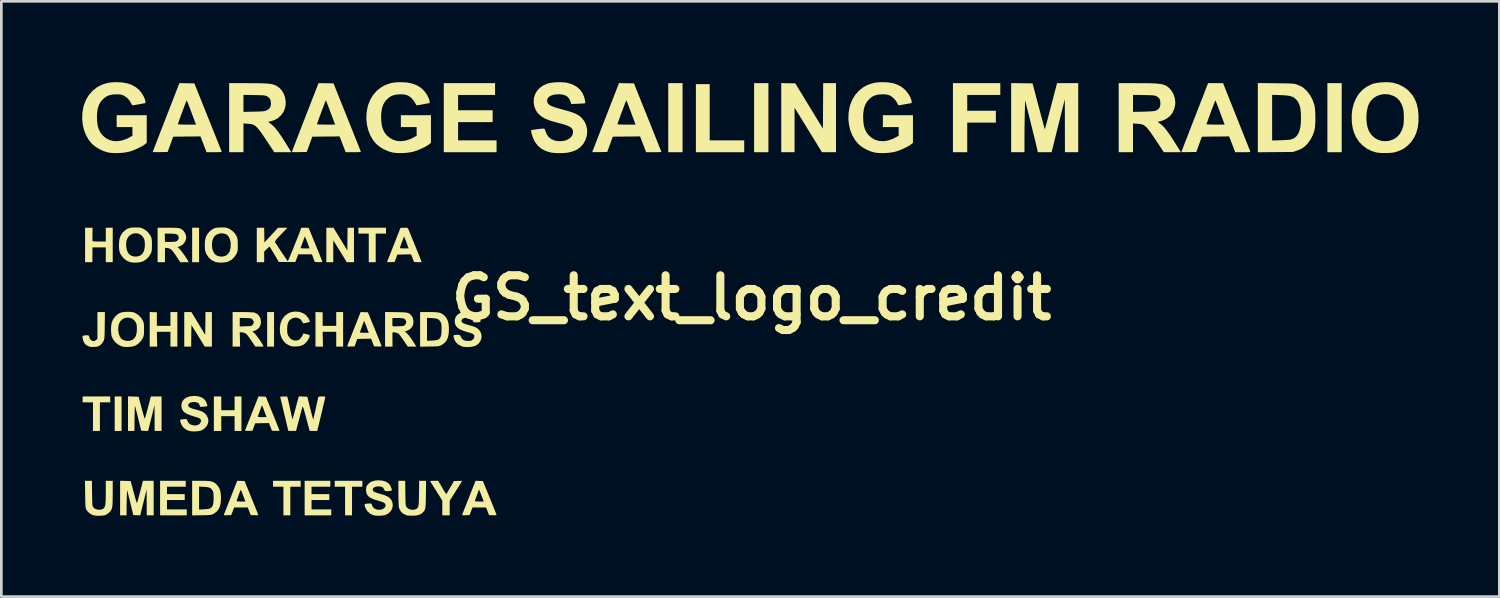
<source format=kicad_pcb>
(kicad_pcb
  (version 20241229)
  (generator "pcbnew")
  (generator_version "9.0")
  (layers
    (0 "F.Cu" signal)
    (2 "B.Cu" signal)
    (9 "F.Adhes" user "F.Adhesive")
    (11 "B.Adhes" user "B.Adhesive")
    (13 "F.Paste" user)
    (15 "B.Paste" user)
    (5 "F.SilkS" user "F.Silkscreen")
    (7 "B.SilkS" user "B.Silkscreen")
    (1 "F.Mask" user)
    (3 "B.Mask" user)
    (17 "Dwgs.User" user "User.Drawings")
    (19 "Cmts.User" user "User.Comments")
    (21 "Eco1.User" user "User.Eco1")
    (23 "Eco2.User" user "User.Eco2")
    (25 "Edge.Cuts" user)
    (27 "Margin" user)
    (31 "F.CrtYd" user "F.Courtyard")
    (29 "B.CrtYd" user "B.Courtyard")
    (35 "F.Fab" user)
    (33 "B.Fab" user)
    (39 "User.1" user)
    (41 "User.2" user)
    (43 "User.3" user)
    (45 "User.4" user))
  (footprint "GS_text_logo_credit"
    (layer "F.Cu")
    (at 24.849 8.002)
    (property "Reference" "GS_text_logo_credit" (at 0 0 0) (layer "F.SilkS") (effects (font (size 1.524 1.524) (thickness 0.3))))
    (attr board_only exclude_from_pos_files exclude_from_bom)
    (fp_poly (pts (xy -23.386 4.944) (xy -23.642 4.944) (xy -23.642 3.663) (xy -23.386 3.663)) (stroke (width 0) (type solid)) (fill yes) (layer "F.SilkS"))
    (fp_poly (pts (xy -20.51 -1.319) (xy -20.767 -1.319) (xy -20.767 -2.6) (xy -20.51 -2.6)) (stroke (width 0) (type solid)) (fill yes) (layer "F.SilkS"))
    (fp_poly (pts (xy -17.727 1.813) (xy -17.983 1.813) (xy -17.983 0.531) (xy -17.727 0.531)) (stroke (width 0) (type solid)) (fill yes) (layer "F.SilkS"))
    (fp_poly (pts (xy -2.564 -5.402) (xy -3.095 -5.402) (xy -3.095 -7.966) (xy -2.564 -7.966)) (stroke (width 0) (type solid)) (fill yes) (layer "F.SilkS"))
    (fp_poly (pts (xy 0.623 -5.402) (xy 0.092 -5.402) (xy 0.092 -7.966) (xy 0.623 -7.966)) (stroke (width 0) (type solid)) (fill yes) (layer "F.SilkS"))
    (fp_poly (pts (xy 21.902 -5.402) (xy 21.371 -5.402) (xy 21.371 -7.966) (xy 21.902 -7.966)) (stroke (width 0) (type solid)) (fill yes) (layer "F.SilkS"))
    (fp_poly (pts (xy -1.557 -5.842) (xy -0.275 -5.842) (xy -0.275 -5.402) (xy -2.069 -5.402) (xy -2.069 -7.929) (xy -1.557 -7.929)) (stroke (width 0) (type solid)) (fill yes) (layer "F.SilkS"))
    (fp_poly (pts (xy -23.807 3.882) (xy -24.191 3.882) (xy -24.191 4.944) (xy -24.448 4.944) (xy -24.448 3.882) (xy -24.832 3.882) (xy -24.832 3.663) (xy -23.807 3.663)) (stroke (width 0) (type solid)) (fill yes) (layer "F.SilkS"))
    (fp_poly (pts (xy -16.738 7.014) (xy -17.123 7.014) (xy -17.123 8.076) (xy -17.379 8.076) (xy -17.379 7.014) (xy -17.764 7.014) (xy -17.764 6.794) (xy -16.738 6.794)) (stroke (width 0) (type solid)) (fill yes) (layer "F.SilkS"))
    (fp_poly (pts (xy -14.449 7.014) (xy -14.833 7.014) (xy -14.833 8.076) (xy -15.09 8.076) (xy -15.09 7.014) (xy -15.474 7.014) (xy -15.474 6.794) (xy -14.449 6.794)) (stroke (width 0) (type solid)) (fill yes) (layer "F.SilkS"))
    (fp_poly (pts (xy -13.57 -2.381) (xy -13.954 -2.381) (xy -13.954 -1.319) (xy -14.211 -1.319) (xy -14.211 -2.381) (xy -14.595 -2.381) (xy -14.595 -2.6) (xy -13.57 -2.6)) (stroke (width 0) (type solid)) (fill yes) (layer "F.SilkS"))
    (fp_poly (pts (xy 9.23 -7.527) (xy 8.003 -7.527) (xy 8.003 -6.941) (xy 9.065 -6.941) (xy 9.065 -6.501) (xy 8.003 -6.501) (xy 8.003 -5.402) (xy 7.472 -5.402) (xy 7.472 -7.966) (xy 9.23 -7.966)) (stroke (width 0) (type solid)) (fill yes) (layer "F.SilkS"))
    (fp_poly (pts (xy -21.005 7.014) (xy -21.701 7.014) (xy -21.701 7.289) (xy -21.042 7.289) (xy -21.042 7.508) (xy -21.701 7.508) (xy -21.701 7.856) (xy -20.968 7.856) (xy -20.968 8.076) (xy -21.957 8.076) (xy -21.957 6.794) (xy -21.005 6.794)) (stroke (width 0) (type solid)) (fill yes) (layer "F.SilkS"))
    (fp_poly (pts (xy -19.686 4.175) (xy -19.192 4.175) (xy -19.192 3.663) (xy -18.936 3.663) (xy -18.936 4.944) (xy -19.192 4.944) (xy -19.192 4.395) (xy -19.686 4.395) (xy -19.686 4.944) (xy -19.961 4.944) (xy -19.961 3.663) (xy -19.686 3.663)) (stroke (width 0) (type solid)) (fill yes) (layer "F.SilkS"))
    (fp_poly (pts (xy -15.639 7.014) (xy -16.335 7.014) (xy -16.335 7.289) (xy -15.676 7.289) (xy -15.676 7.508) (xy -16.335 7.508) (xy -16.335 7.856) (xy -15.603 7.856) (xy -15.603 8.076) (xy -16.591 8.076) (xy -16.591 6.794) (xy -15.639 6.794)) (stroke (width 0) (type solid)) (fill yes) (layer "F.SilkS"))
    (fp_poly (pts (xy -9.523 -7.527) (xy -10.896 -7.527) (xy -10.896 -6.959) (xy -9.614 -6.959) (xy -9.614 -6.519) (xy -10.896 -6.519) (xy -10.896 -5.842) (xy -9.468 -5.842) (xy -9.468 -5.402) (xy -11.427 -5.402) (xy -11.427 -7.966) (xy -9.523 -7.966)) (stroke (width 0) (type solid)) (fill yes) (layer "F.SilkS"))
    (fp_poly (pts (xy 1.621 -7.957) (xy 2.133 -7.117) (xy 2.646 -6.277) (xy 2.651 -7.122) (xy 2.656 -7.966) (xy 3.132 -7.966) (xy 3.132 -5.402) (xy 2.871 -5.403) (xy 2.61 -5.403) (xy 2.101 -6.23) (xy 1.593 -7.057) (xy 1.593 -5.402) (xy 1.099 -5.402) (xy 1.099 -7.967)) (stroke (width 0) (type solid)) (fill yes) (layer "F.SilkS"))
    (fp_poly (pts (xy -20.034 1.813) (xy -20.3 1.813) (xy -20.547 1.412) (xy -20.794 1.012) (xy -20.799 1.412) (xy -20.804 1.813) (xy -21.06 1.813) (xy -21.06 0.531) (xy -20.927 0.532) (xy -20.794 0.532) (xy -20.538 0.955) (xy -20.282 1.378) (xy -20.277 0.954) (xy -20.272 0.531) (xy -20.034 0.531)) (stroke (width 0) (type solid)) (fill yes) (layer "F.SilkS"))
    (fp_poly (pts (xy -22.209 0.535) (xy -22.076 0.54) (xy -22.076 1.044) (xy -21.824 1.044) (xy -21.573 1.044) (xy -21.573 0.531) (xy -21.316 0.531) (xy -21.316 1.813) (xy -21.573 1.813) (xy -21.573 1.264) (xy -21.824 1.264) (xy -22.076 1.264) (xy -22.07 1.538) (xy -22.064 1.813) (xy -22.342 1.813) (xy -22.342 0.529)) (stroke (width 0) (type solid)) (fill yes) (layer "F.SilkS"))
    (fp_poly (pts (xy -16.056 0.535) (xy -15.923 0.54) (xy -15.923 1.044) (xy -15.671 1.044) (xy -15.419 1.044) (xy -15.419 0.531) (xy -15.163 0.531) (xy -15.163 1.813) (xy -15.419 1.813) (xy -15.419 1.264) (xy -15.671 1.264) (xy -15.923 1.264) (xy -15.917 1.538) (xy -15.911 1.813) (xy -16.189 1.813) (xy -16.189 0.529)) (stroke (width 0) (type solid)) (fill yes) (layer "F.SilkS"))
    (fp_poly (pts (xy -14.76 -1.319) (xy -15.027 -1.319) (xy -15.136 -1.497) (xy -15.188 -1.583) (xy -15.253 -1.687) (xy -15.321 -1.797) (xy -15.384 -1.899) (xy -15.387 -1.904) (xy -15.529 -2.132) (xy -15.529 -1.319) (xy -15.786 -1.319) (xy -15.786 -2.6) (xy -15.653 -2.6) (xy -15.52 -2.599) (xy -15.264 -2.178) (xy -15.007 -1.757) (xy -15.003 -2.179) (xy -14.998 -2.6) (xy -14.76 -2.6)) (stroke (width 0) (type solid)) (fill yes) (layer "F.SilkS"))
    (fp_poly (pts (xy -24.466 -2.367) (xy -24.467 -2.277) (xy -24.467 -2.199) (xy -24.467 -2.141) (xy -24.467 -2.112) (xy -24.467 -2.111) (xy -24.457 -2.101) (xy -24.424 -2.094) (xy -24.365 -2.09) (xy -24.275 -2.088) (xy -24.219 -2.088) (xy -23.972 -2.088) (xy -23.972 -2.6) (xy -23.715 -2.6) (xy -23.715 -1.319) (xy -23.972 -1.319) (xy -23.972 -1.868) (xy -24.466 -1.868) (xy -24.468 -1.616) (xy -24.469 -1.522) (xy -24.469 -1.441) (xy -24.469 -1.379) (xy -24.468 -1.345) (xy -24.467 -1.341) (xy -24.478 -1.329) (xy -24.515 -1.321) (xy -24.584 -1.319) (xy -24.603 -1.319) (xy -24.741 -1.319) (xy -24.741 -2.6) (xy -24.464 -2.6)) (stroke (width 0) (type solid)) (fill yes) (layer "F.SilkS"))
    (fp_poly (pts (xy -11.49 7.041) (xy -11.44 7.125) (xy -11.396 7.197) (xy -11.362 7.251) (xy -11.341 7.282) (xy -11.336 7.288) (xy -11.324 7.273) (xy -11.298 7.231) (xy -11.26 7.169) (xy -11.214 7.091) (xy -11.188 7.045) (xy -11.05 6.803) (xy -10.9 6.798) (xy -10.831 6.797) (xy -10.779 6.797) (xy -10.752 6.801) (xy -10.75 6.802) (xy -10.759 6.819) (xy -10.785 6.863) (xy -10.826 6.929) (xy -10.878 7.013) (xy -10.939 7.11) (xy -10.979 7.173) (xy -11.207 7.534) (xy -11.207 8.076) (xy -11.482 8.076) (xy -11.482 7.526) (xy -11.699 7.183) (xy -11.762 7.082) (xy -11.82 6.991) (xy -11.868 6.914) (xy -11.904 6.856) (xy -11.925 6.823) (xy -11.929 6.817) (xy -11.927 6.805) (xy -11.902 6.798) (xy -11.849 6.795) (xy -11.789 6.794) (xy -11.635 6.794)) (stroke (width 0) (type solid)) (fill yes) (layer "F.SilkS"))
    (fp_poly (pts (xy -22.755 3.672) (xy -22.645 4.088) (xy -22.613 4.204) (xy -22.584 4.307) (xy -22.559 4.391) (xy -22.54 4.452) (xy -22.527 4.486) (xy -22.523 4.49) (xy -22.516 4.47) (xy -22.5 4.419) (xy -22.479 4.343) (xy -22.453 4.246) (xy -22.423 4.135) (xy -22.406 4.07) (xy -22.299 3.663) (xy -21.902 3.663) (xy -21.902 4.944) (xy -22.159 4.944) (xy -22.161 4.464) (xy -22.163 3.983) (xy -22.282 4.465) (xy -22.401 4.946) (xy -22.658 4.935) (xy -22.77 4.475) (xy -22.8 4.351) (xy -22.828 4.24) (xy -22.852 4.147) (xy -22.87 4.077) (xy -22.883 4.033) (xy -22.888 4.02) (xy -22.892 4.041) (xy -22.895 4.095) (xy -22.899 4.176) (xy -22.902 4.283) (xy -22.904 4.408) (xy -22.906 4.55) (xy -22.907 4.656) (xy -22.909 4.944) (xy -23.148 4.944) (xy -23.148 3.661)) (stroke (width 0) (type solid)) (fill yes) (layer "F.SilkS"))
    (fp_poly (pts (xy -23.244 6.798) (xy -23.048 6.803) (xy -22.938 7.219) (xy -22.906 7.335) (xy -22.877 7.438) (xy -22.852 7.522) (xy -22.833 7.584) (xy -22.82 7.617) (xy -22.816 7.622) (xy -22.808 7.601) (xy -22.793 7.55) (xy -22.771 7.474) (xy -22.745 7.378) (xy -22.716 7.267) (xy -22.698 7.202) (xy -22.592 6.794) (xy -22.195 6.794) (xy -22.195 8.076) (xy -22.452 8.076) (xy -22.454 7.595) (xy -22.456 7.115) (xy -22.575 7.596) (xy -22.694 8.077) (xy -22.823 8.072) (xy -22.951 8.067) (xy -23.063 7.606) (xy -23.093 7.482) (xy -23.121 7.372) (xy -23.144 7.278) (xy -23.163 7.207) (xy -23.175 7.163) (xy -23.18 7.15) (xy -23.183 7.17) (xy -23.187 7.222) (xy -23.19 7.299) (xy -23.193 7.396) (xy -23.196 7.508) (xy -23.199 7.628) (xy -23.2 7.751) (xy -23.201 7.788) (xy -23.202 8.076) (xy -23.441 8.076) (xy -23.441 6.793)) (stroke (width 0) (type solid)) (fill yes) (layer "F.SilkS"))
    (fp_poly (pts (xy -24.011 1.03) (xy -24.013 1.178) (xy -24.015 1.295) (xy -24.018 1.385) (xy -24.021 1.452) (xy -24.025 1.502) (xy -24.032 1.54) (xy -24.04 1.569) (xy -24.051 1.596) (xy -24.063 1.621) (xy -24.122 1.707) (xy -24.186 1.765) (xy -24.233 1.794) (xy -24.28 1.812) (xy -24.339 1.821) (xy -24.406 1.826) (xy -24.491 1.827) (xy -24.553 1.821) (xy -24.605 1.806) (xy -24.624 1.797) (xy -24.708 1.747) (xy -24.767 1.685) (xy -24.807 1.603) (xy -24.831 1.499) (xy -24.838 1.447) (xy -24.834 1.42) (xy -24.815 1.408) (xy -24.79 1.403) (xy -24.733 1.395) (xy -24.67 1.392) (xy -24.667 1.392) (xy -24.621 1.395) (xy -24.599 1.411) (xy -24.587 1.45) (xy -24.586 1.458) (xy -24.558 1.531) (xy -24.512 1.582) (xy -24.454 1.608) (xy -24.392 1.605) (xy -24.333 1.571) (xy -24.328 1.567) (xy -24.283 1.522) (xy -24.283 0.531) (xy -24.005 0.531)) (stroke (width 0) (type solid)) (fill yes) (layer "F.SilkS"))
    (fp_poly (pts (xy -10.111 6.798) (xy -9.975 6.803) (xy -9.721 7.426) (xy -9.664 7.568) (xy -9.61 7.699) (xy -9.563 7.816) (xy -9.524 7.915) (xy -9.494 7.992) (xy -9.475 8.042) (xy -9.468 8.063) (xy -9.468 8.063) (xy -9.485 8.069) (xy -9.529 8.073) (xy -9.592 8.073) (xy -9.608 8.072) (xy -9.747 8.067) (xy -9.858 7.783) (xy -10.362 7.783) (xy -10.47 8.067) (xy -10.612 8.072) (xy -10.686 8.074) (xy -10.728 8.071) (xy -10.745 8.062) (xy -10.745 8.054) (xy -10.736 8.032) (xy -10.716 7.98) (xy -10.685 7.902) (xy -10.645 7.801) (xy -10.599 7.683) (xy -10.546 7.55) (xy -10.546 7.549) (xy -10.274 7.549) (xy -10.257 7.556) (xy -10.211 7.56) (xy -10.146 7.563) (xy -10.109 7.563) (xy -9.945 7.563) (xy -10 7.413) (xy -10.03 7.334) (xy -10.059 7.258) (xy -10.083 7.2) (xy -10.087 7.19) (xy -10.119 7.117) (xy -10.196 7.327) (xy -10.226 7.408) (xy -10.251 7.477) (xy -10.267 7.527) (xy -10.274 7.549) (xy -10.274 7.549) (xy -10.546 7.549) (xy -10.491 7.411) (xy -10.247 6.793)) (stroke (width 0) (type solid)) (fill yes) (layer "F.SilkS"))
    (fp_poly (pts (xy -20.295 6.795) (xy -20.181 6.8) (xy -20.091 6.81) (xy -20.02 6.826) (xy -19.963 6.85) (xy -19.913 6.883) (xy -19.864 6.927) (xy -19.859 6.931) (xy -19.791 7.014) (xy -19.743 7.106) (xy -19.713 7.216) (xy -19.699 7.349) (xy -19.697 7.426) (xy -19.705 7.595) (xy -19.734 7.735) (xy -19.785 7.849) (xy -19.858 7.94) (xy -19.954 8.01) (xy -19.965 8.016) (xy -20 8.034) (xy -20.032 8.047) (xy -20.067 8.056) (xy -20.111 8.063) (xy -20.171 8.067) (xy -20.252 8.07) (xy -20.362 8.072) (xy -20.414 8.073) (xy -20.767 8.079) (xy -20.767 7.009) (xy -20.51 7.009) (xy -20.51 7.86) (xy -20.332 7.853) (xy -20.241 7.846) (xy -20.163 7.836) (xy -20.109 7.823) (xy -20.098 7.819) (xy -20.048 7.784) (xy -20.011 7.732) (xy -19.987 7.658) (xy -19.974 7.559) (xy -19.97 7.435) (xy -19.971 7.339) (xy -19.975 7.271) (xy -19.982 7.222) (xy -19.995 7.186) (xy -20.007 7.162) (xy -20.044 7.107) (xy -20.085 7.068) (xy -20.138 7.044) (xy -20.21 7.028) (xy -20.31 7.02) (xy -20.325 7.019) (xy -20.51 7.009) (xy -20.767 7.009) (xy -20.767 6.794) (xy -20.44 6.794)) (stroke (width 0) (type solid)) (fill yes) (layer "F.SilkS"))
    (fp_poly (pts (xy -14.378 0.535) (xy -14.243 0.54) (xy -13.989 1.162) (xy -13.931 1.304) (xy -13.878 1.436) (xy -13.83 1.553) (xy -13.791 1.651) (xy -13.761 1.728) (xy -13.742 1.778) (xy -13.735 1.799) (xy -13.735 1.799) (xy -13.751 1.806) (xy -13.796 1.809) (xy -13.859 1.81) (xy -13.874 1.809) (xy -14.014 1.804) (xy -14.07 1.661) (xy -14.125 1.519) (xy -14.381 1.524) (xy -14.637 1.529) (xy -14.687 1.666) (xy -14.737 1.804) (xy -14.879 1.809) (xy -14.947 1.81) (xy -14.994 1.806) (xy -15.014 1.799) (xy -15.014 1.798) (xy -15.006 1.777) (xy -14.986 1.727) (xy -14.956 1.65) (xy -14.917 1.551) (xy -14.87 1.433) (xy -14.818 1.301) (xy -14.812 1.286) (xy -14.541 1.286) (xy -14.524 1.293) (xy -14.478 1.297) (xy -14.412 1.3) (xy -14.376 1.3) (xy -14.212 1.3) (xy -14.267 1.15) (xy -14.297 1.071) (xy -14.326 0.995) (xy -14.35 0.937) (xy -14.354 0.927) (xy -14.386 0.854) (xy -14.463 1.064) (xy -14.493 1.145) (xy -14.518 1.214) (xy -14.534 1.264) (xy -14.541 1.286) (xy -14.541 1.286) (xy -14.812 1.286) (xy -14.762 1.158) (xy -14.76 1.155) (xy -14.513 0.53)) (stroke (width 0) (type solid)) (fill yes) (layer "F.SilkS"))
    (fp_poly (pts (xy -11.835 0.532) (xy -11.72 0.537) (xy -11.631 0.547) (xy -11.56 0.563) (xy -11.502 0.587) (xy -11.452 0.62) (xy -11.404 0.664) (xy -11.399 0.668) (xy -11.33 0.751) (xy -11.282 0.843) (xy -11.252 0.953) (xy -11.238 1.086) (xy -11.236 1.163) (xy -11.244 1.328) (xy -11.271 1.464) (xy -11.318 1.575) (xy -11.387 1.664) (xy -11.48 1.736) (xy -11.502 1.749) (xy -11.537 1.768) (xy -11.568 1.782) (xy -11.601 1.792) (xy -11.642 1.799) (xy -11.698 1.803) (xy -11.774 1.806) (xy -11.877 1.808) (xy -11.954 1.81) (xy -12.306 1.816) (xy -12.306 0.746) (xy -12.05 0.746) (xy -12.05 1.597) (xy -11.871 1.59) (xy -11.781 1.583) (xy -11.703 1.573) (xy -11.648 1.56) (xy -11.638 1.556) (xy -11.587 1.521) (xy -11.551 1.469) (xy -11.526 1.395) (xy -11.513 1.296) (xy -11.51 1.172) (xy -11.511 1.076) (xy -11.514 1.008) (xy -11.522 0.959) (xy -11.534 0.923) (xy -11.546 0.899) (xy -11.584 0.844) (xy -11.625 0.805) (xy -11.678 0.78) (xy -11.75 0.765) (xy -11.85 0.757) (xy -11.864 0.756) (xy -12.05 0.746) (xy -12.306 0.746) (xy -12.306 0.531) (xy -11.98 0.531)) (stroke (width 0) (type solid)) (fill yes) (layer "F.SilkS"))
    (fp_poly (pts (xy -12.853 7.256) (xy -12.851 7.399) (xy -12.849 7.509) (xy -12.846 7.593) (xy -12.842 7.654) (xy -12.838 7.697) (xy -12.831 7.728) (xy -12.822 7.75) (xy -12.81 7.77) (xy -12.804 7.778) (xy -12.75 7.826) (xy -12.674 7.858) (xy -12.588 7.871) (xy -12.505 7.864) (xy -12.437 7.836) (xy -12.433 7.832) (xy -12.409 7.812) (xy -12.391 7.789) (xy -12.376 7.757) (xy -12.366 7.714) (xy -12.358 7.653) (xy -12.353 7.571) (xy -12.35 7.464) (xy -12.347 7.326) (xy -12.346 7.256) (xy -12.34 6.794) (xy -12.084 6.794) (xy -12.09 7.293) (xy -12.092 7.454) (xy -12.095 7.582) (xy -12.1 7.683) (xy -12.106 7.761) (xy -12.116 7.821) (xy -12.129 7.866) (xy -12.147 7.903) (xy -12.171 7.934) (xy -12.2 7.965) (xy -12.204 7.969) (xy -12.264 8.019) (xy -12.331 8.054) (xy -12.413 8.076) (xy -12.519 8.087) (xy -12.572 8.089) (xy -12.693 8.089) (xy -12.781 8.08) (xy -12.823 8.069) (xy -12.937 8.012) (xy -13.02 7.934) (xy -13.075 7.835) (xy -13.094 7.765) (xy -13.099 7.719) (xy -13.104 7.643) (xy -13.107 7.543) (xy -13.11 7.427) (xy -13.112 7.301) (xy -13.112 7.231) (xy -13.112 6.794) (xy -12.859 6.794)) (stroke (width 0) (type solid)) (fill yes) (layer "F.SilkS"))
    (fp_poly (pts (xy -24.481 7.26) (xy -24.479 7.403) (xy -24.477 7.514) (xy -24.474 7.599) (xy -24.471 7.66) (xy -24.466 7.704) (xy -24.459 7.734) (xy -24.451 7.756) (xy -24.439 7.774) (xy -24.437 7.777) (xy -24.38 7.827) (xy -24.304 7.858) (xy -24.219 7.869) (xy -24.137 7.86) (xy -24.067 7.83) (xy -24.045 7.811) (xy -24.024 7.783) (xy -24.007 7.749) (xy -23.994 7.702) (xy -23.985 7.64) (xy -23.979 7.557) (xy -23.975 7.449) (xy -23.973 7.313) (xy -23.972 7.202) (xy -23.972 6.794) (xy -23.715 6.794) (xy -23.715 7.242) (xy -23.716 7.409) (xy -23.718 7.543) (xy -23.722 7.651) (xy -23.73 7.735) (xy -23.741 7.8) (xy -23.757 7.852) (xy -23.779 7.894) (xy -23.807 7.931) (xy -23.842 7.968) (xy -23.842 7.968) (xy -23.924 8.034) (xy -24.005 8.071) (xy -24.013 8.073) (xy -24.094 8.086) (xy -24.191 8.092) (xy -24.291 8.091) (xy -24.383 8.083) (xy -24.452 8.068) (xy -24.455 8.067) (xy -24.553 8.016) (xy -24.638 7.942) (xy -24.694 7.864) (xy -24.705 7.841) (xy -24.714 7.814) (xy -24.721 7.781) (xy -24.726 7.735) (xy -24.73 7.673) (xy -24.733 7.59) (xy -24.735 7.481) (xy -24.737 7.342) (xy -24.738 7.293) (xy -24.744 6.794) (xy -24.488 6.794)) (stroke (width 0) (type solid)) (fill yes) (layer "F.SilkS"))
    (fp_poly (pts (xy -18.168 3.667) (xy -18.033 3.672) (xy -17.779 4.294) (xy -17.721 4.436) (xy -17.668 4.568) (xy -17.621 4.685) (xy -17.582 4.784) (xy -17.552 4.86) (xy -17.532 4.911) (xy -17.525 4.931) (xy -17.525 4.931) (xy -17.542 4.938) (xy -17.587 4.941) (xy -17.65 4.941) (xy -17.665 4.941) (xy -17.805 4.935) (xy -17.86 4.793) (xy -17.916 4.651) (xy -18.172 4.656) (xy -18.427 4.661) (xy -18.478 4.798) (xy -18.528 4.935) (xy -18.669 4.941) (xy -18.744 4.941) (xy -18.791 4.937) (xy -18.805 4.928) (xy -18.805 4.928) (xy -18.797 4.907) (xy -18.777 4.857) (xy -18.746 4.779) (xy -18.707 4.68) (xy -18.661 4.562) (xy -18.608 4.43) (xy -18.603 4.418) (xy -18.331 4.418) (xy -18.314 4.424) (xy -18.269 4.429) (xy -18.203 4.431) (xy -18.167 4.432) (xy -18.003 4.432) (xy -18.05 4.308) (xy -18.08 4.228) (xy -18.112 4.144) (xy -18.133 4.087) (xy -18.154 4.036) (xy -18.17 4.003) (xy -18.176 3.996) (xy -18.185 4.015) (xy -18.203 4.061) (xy -18.227 4.124) (xy -18.254 4.197) (xy -18.281 4.271) (xy -18.305 4.337) (xy -18.322 4.389) (xy -18.331 4.416) (xy -18.331 4.418) (xy -18.603 4.418) (xy -18.552 4.287) (xy -18.551 4.286) (xy -18.304 3.661)) (stroke (width 0) (type solid)) (fill yes) (layer "F.SilkS"))
    (fp_poly (pts (xy -18.957 6.798) (xy -18.82 6.803) (xy -18.566 7.426) (xy -18.509 7.568) (xy -18.455 7.699) (xy -18.409 7.816) (xy -18.369 7.915) (xy -18.339 7.992) (xy -18.32 8.042) (xy -18.313 8.063) (xy -18.313 8.063) (xy -18.33 8.069) (xy -18.374 8.073) (xy -18.438 8.073) (xy -18.453 8.072) (xy -18.592 8.067) (xy -18.703 7.783) (xy -19.208 7.783) (xy -19.262 7.925) (xy -19.317 8.067) (xy -19.458 8.072) (xy -19.531 8.074) (xy -19.574 8.071) (xy -19.59 8.062) (xy -19.59 8.054) (xy -19.581 8.032) (xy -19.561 7.979) (xy -19.53 7.902) (xy -19.491 7.803) (xy -19.446 7.688) (xy -19.395 7.56) (xy -19.39 7.547) (xy -19.119 7.547) (xy -19.102 7.554) (xy -19.056 7.56) (xy -18.991 7.563) (xy -18.954 7.563) (xy -18.789 7.563) (xy -18.836 7.44) (xy -18.867 7.359) (xy -18.899 7.276) (xy -18.92 7.219) (xy -18.941 7.167) (xy -18.957 7.134) (xy -18.963 7.127) (xy -18.972 7.147) (xy -18.991 7.192) (xy -19.015 7.256) (xy -19.042 7.329) (xy -19.069 7.402) (xy -19.093 7.469) (xy -19.111 7.519) (xy -19.118 7.546) (xy -19.119 7.547) (xy -19.39 7.547) (xy -19.371 7.499) (xy -19.317 7.363) (xy -19.267 7.235) (xy -19.221 7.118) (xy -19.182 7.019) (xy -19.151 6.941) (xy -19.132 6.891) (xy -19.128 6.88) (xy -19.095 6.793)) (stroke (width 0) (type solid)) (fill yes) (layer "F.SilkS"))
    (fp_poly (pts (xy -18.894 0.531) (xy -18.777 0.532) (xy -18.667 0.535) (xy -18.573 0.539) (xy -18.501 0.544) (xy -18.457 0.55) (xy -18.454 0.55) (xy -18.36 0.595) (xy -18.284 0.668) (xy -18.234 0.764) (xy -18.229 0.779) (xy -18.212 0.896) (xy -18.227 1.003) (xy -18.272 1.097) (xy -18.345 1.172) (xy -18.443 1.224) (xy -18.46 1.229) (xy -18.533 1.251) (xy -18.456 1.317) (xy -18.416 1.358) (xy -18.364 1.422) (xy -18.305 1.503) (xy -18.244 1.59) (xy -18.187 1.677) (xy -18.141 1.755) (xy -18.132 1.772) (xy -18.123 1.792) (xy -18.125 1.804) (xy -18.144 1.81) (xy -18.188 1.813) (xy -18.262 1.813) (xy -18.42 1.813) (xy -18.566 1.598) (xy -18.637 1.495) (xy -18.692 1.419) (xy -18.737 1.365) (xy -18.776 1.329) (xy -18.813 1.307) (xy -18.854 1.295) (xy -18.901 1.288) (xy -19 1.278) (xy -18.993 1.545) (xy -18.987 1.813) (xy -19.265 1.813) (xy -19.265 0.748) (xy -19 0.748) (xy -19 1.066) (xy -18.782 1.059) (xy -18.689 1.055) (xy -18.626 1.051) (xy -18.584 1.044) (xy -18.557 1.033) (xy -18.536 1.017) (xy -18.521 1.001) (xy -18.484 0.938) (xy -18.484 0.876) (xy -18.521 0.813) (xy -18.522 0.811) (xy -18.542 0.79) (xy -18.563 0.775) (xy -18.593 0.765) (xy -18.638 0.76) (xy -18.706 0.756) (xy -18.783 0.754) (xy -19 0.748) (xy -19.265 0.748) (xy -19.265 0.531)) (stroke (width 0) (type solid)) (fill yes) (layer "F.SilkS"))
    (fp_poly (pts (xy 10.03 -7.962) (xy 10.427 -7.957) (xy 10.652 -7.107) (xy 10.697 -6.937) (xy 10.739 -6.779) (xy 10.778 -6.634) (xy 10.812 -6.508) (xy 10.84 -6.404) (xy 10.862 -6.324) (xy 10.876 -6.272) (xy 10.882 -6.253) (xy 10.882 -6.253) (xy 10.888 -6.269) (xy 10.902 -6.317) (xy 10.923 -6.393) (xy 10.95 -6.494) (xy 10.983 -6.617) (xy 11.02 -6.758) (xy 11.061 -6.913) (xy 11.096 -7.047) (xy 11.14 -7.214) (xy 11.181 -7.372) (xy 11.219 -7.517) (xy 11.253 -7.645) (xy 11.281 -7.752) (xy 11.302 -7.834) (xy 11.316 -7.888) (xy 11.321 -7.907) (xy 11.337 -7.966) (xy 12.123 -7.966) (xy 12.123 -5.402) (xy 11.629 -5.402) (xy 11.627 -6.387) (xy 11.625 -7.371) (xy 11.392 -6.437) (xy 11.347 -6.257) (xy 11.304 -6.086) (xy 11.265 -5.928) (xy 11.23 -5.787) (xy 11.2 -5.666) (xy 11.175 -5.568) (xy 11.158 -5.498) (xy 11.148 -5.459) (xy 11.146 -5.453) (xy 11.134 -5.402) (xy 10.624 -5.402) (xy 10.603 -5.498) (xy 10.595 -5.535) (xy 10.578 -5.604) (xy 10.555 -5.7) (xy 10.526 -5.82) (xy 10.492 -5.96) (xy 10.453 -6.116) (xy 10.412 -6.283) (xy 10.368 -6.459) (xy 10.367 -6.464) (xy 10.151 -7.334) (xy 10.139 -6.876) (xy 10.136 -6.722) (xy 10.133 -6.544) (xy 10.13 -6.353) (xy 10.128 -6.163) (xy 10.127 -5.986) (xy 10.127 -5.91) (xy 10.127 -5.402) (xy 9.633 -5.402) (xy 9.633 -7.967)) (stroke (width 0) (type solid)) (fill yes) (layer "F.SilkS"))
    (fp_poly (pts (xy -21.678 -2.6) (xy -21.551 -2.599) (xy -21.436 -2.596) (xy -21.341 -2.592) (xy -21.271 -2.586) (xy -21.234 -2.58) (xy -21.15 -2.539) (xy -21.076 -2.471) (xy -21.021 -2.384) (xy -20.991 -2.289) (xy -20.987 -2.243) (xy -21.004 -2.14) (xy -21.052 -2.044) (xy -21.125 -1.966) (xy -21.218 -1.913) (xy -21.225 -1.91) (xy -21.314 -1.878) (xy -21.238 -1.814) (xy -21.199 -1.773) (xy -21.148 -1.709) (xy -21.089 -1.629) (xy -21.028 -1.542) (xy -20.972 -1.456) (xy -20.925 -1.378) (xy -20.916 -1.36) (xy -20.894 -1.319) (xy -21.206 -1.319) (xy -21.35 -1.534) (xy -21.42 -1.637) (xy -21.476 -1.713) (xy -21.521 -1.767) (xy -21.56 -1.803) (xy -21.598 -1.825) (xy -21.639 -1.837) (xy -21.68 -1.844) (xy -21.774 -1.855) (xy -21.775 -1.783) (xy -21.775 -1.735) (xy -21.776 -1.661) (xy -21.776 -1.574) (xy -21.776 -1.515) (xy -21.777 -1.319) (xy -22.049 -1.319) (xy -22.049 -2.381) (xy -21.783 -2.381) (xy -21.78 -2.248) (xy -21.778 -2.179) (xy -21.776 -2.123) (xy -21.775 -2.091) (xy -21.775 -2.09) (xy -21.768 -2.079) (xy -21.744 -2.073) (xy -21.699 -2.07) (xy -21.626 -2.071) (xy -21.561 -2.073) (xy -21.469 -2.077) (xy -21.406 -2.081) (xy -21.365 -2.088) (xy -21.338 -2.099) (xy -21.318 -2.116) (xy -21.304 -2.131) (xy -21.269 -2.189) (xy -21.265 -2.247) (xy -21.282 -2.296) (xy -21.307 -2.331) (xy -21.349 -2.356) (xy -21.413 -2.371) (xy -21.504 -2.379) (xy -21.598 -2.381) (xy -21.783 -2.381) (xy -22.049 -2.381) (xy -22.049 -2.6)) (stroke (width 0) (type solid)) (fill yes) (layer "F.SilkS"))
    (fp_poly (pts (xy 19.453 -7.962) (xy 19.628 -7.96) (xy 19.771 -7.958) (xy 19.886 -7.956) (xy 19.977 -7.953) (xy 20.047 -7.949) (xy 20.102 -7.945) (xy 20.145 -7.939) (xy 20.181 -7.932) (xy 20.213 -7.923) (xy 20.231 -7.917) (xy 20.353 -7.868) (xy 20.457 -7.809) (xy 20.553 -7.729) (xy 20.617 -7.665) (xy 20.732 -7.515) (xy 20.824 -7.339) (xy 20.889 -7.151) (xy 20.904 -7.068) (xy 20.915 -6.958) (xy 20.922 -6.83) (xy 20.925 -6.693) (xy 20.924 -6.555) (xy 20.918 -6.425) (xy 20.908 -6.312) (xy 20.893 -6.225) (xy 20.889 -6.208) (xy 20.826 -6.032) (xy 20.743 -5.87) (xy 20.643 -5.732) (xy 20.625 -5.712) (xy 20.543 -5.629) (xy 20.466 -5.568) (xy 20.382 -5.519) (xy 20.279 -5.476) (xy 20.241 -5.462) (xy 20.098 -5.412) (xy 18.789 -5.4) (xy 18.789 -7.532) (xy 19.32 -7.532) (xy 19.32 -5.837) (xy 19.645 -5.846) (xy 19.785 -5.852) (xy 19.893 -5.859) (xy 19.973 -5.868) (xy 20.03 -5.879) (xy 20.051 -5.886) (xy 20.156 -5.937) (xy 20.235 -6.007) (xy 20.294 -6.101) (xy 20.331 -6.19) (xy 20.358 -6.285) (xy 20.376 -6.394) (xy 20.386 -6.523) (xy 20.39 -6.682) (xy 20.39 -6.684) (xy 20.386 -6.856) (xy 20.372 -6.998) (xy 20.348 -7.115) (xy 20.311 -7.214) (xy 20.26 -7.299) (xy 20.203 -7.366) (xy 20.15 -7.414) (xy 20.092 -7.451) (xy 20.022 -7.478) (xy 19.935 -7.498) (xy 19.826 -7.511) (xy 19.687 -7.519) (xy 19.627 -7.522) (xy 19.32 -7.532) (xy 18.789 -7.532) (xy 18.789 -7.969)) (stroke (width 0) (type solid)) (fill yes) (layer "F.SilkS"))
    (fp_poly (pts (xy -12.829 -2.599) (xy -12.786 -2.595) (xy -12.763 -2.585) (xy -12.75 -2.566) (xy -12.747 -2.559) (xy -12.736 -2.533) (xy -12.713 -2.477) (xy -12.68 -2.396) (xy -12.638 -2.293) (xy -12.589 -2.173) (xy -12.535 -2.041) (xy -12.491 -1.933) (xy -12.435 -1.795) (xy -12.383 -1.668) (xy -12.338 -1.555) (xy -12.301 -1.462) (xy -12.273 -1.39) (xy -12.256 -1.346) (xy -12.251 -1.332) (xy -12.268 -1.326) (xy -12.313 -1.322) (xy -12.376 -1.322) (xy -12.391 -1.322) (xy -12.531 -1.328) (xy -12.586 -1.47) (xy -12.642 -1.613) (xy -12.897 -1.607) (xy -13.153 -1.602) (xy -13.202 -1.465) (xy -13.252 -1.328) (xy -13.395 -1.322) (xy -13.469 -1.321) (xy -13.511 -1.324) (xy -13.529 -1.332) (xy -13.528 -1.341) (xy -13.52 -1.363) (xy -13.499 -1.415) (xy -13.468 -1.493) (xy -13.429 -1.592) (xy -13.383 -1.709) (xy -13.331 -1.84) (xy -13.329 -1.845) (xy -13.057 -1.845) (xy -13.04 -1.839) (xy -12.995 -1.834) (xy -12.929 -1.832) (xy -12.894 -1.831) (xy -12.73 -1.831) (xy -12.785 -1.982) (xy -12.815 -2.062) (xy -12.843 -2.137) (xy -12.867 -2.194) (xy -12.871 -2.205) (xy -12.902 -2.276) (xy -12.98 -2.067) (xy -13.01 -1.986) (xy -13.034 -1.917) (xy -13.051 -1.867) (xy -13.057 -1.845) (xy -13.057 -1.845) (xy -13.329 -1.845) (xy -13.291 -1.941) (xy -13.236 -2.08) (xy -13.185 -2.209) (xy -13.14 -2.324) (xy -13.102 -2.421) (xy -13.073 -2.496) (xy -13.055 -2.544) (xy -13.049 -2.559) (xy -13.04 -2.58) (xy -13.021 -2.593) (xy -12.986 -2.599) (xy -12.925 -2.6) (xy -12.9 -2.6)) (stroke (width 0) (type solid)) (fill yes) (layer "F.SilkS"))
    (fp_poly (pts (xy -19.596 -2.609) (xy -19.531 -2.605) (xy -19.481 -2.595) (xy -19.435 -2.579) (xy -19.39 -2.559) (xy -19.272 -2.481) (xy -19.174 -2.377) (xy -19.112 -2.273) (xy -19.095 -2.231) (xy -19.084 -2.187) (xy -19.077 -2.131) (xy -19.074 -2.056) (xy -19.073 -1.959) (xy -19.073 -1.862) (xy -19.076 -1.792) (xy -19.082 -1.74) (xy -19.093 -1.697) (xy -19.11 -1.655) (xy -19.124 -1.627) (xy -19.201 -1.51) (xy -19.303 -1.413) (xy -19.409 -1.35) (xy -19.492 -1.324) (xy -19.596 -1.309) (xy -19.708 -1.304) (xy -19.814 -1.31) (xy -19.9 -1.328) (xy -19.906 -1.33) (xy -20.04 -1.395) (xy -20.147 -1.487) (xy -20.229 -1.605) (xy -20.266 -1.685) (xy -20.283 -1.747) (xy -20.293 -1.827) (xy -20.296 -1.913) (xy -20.031 -1.913) (xy -20.014 -1.801) (xy -19.978 -1.7) (xy -19.924 -1.62) (xy -19.909 -1.605) (xy -19.829 -1.556) (xy -19.732 -1.531) (xy -19.629 -1.531) (xy -19.532 -1.557) (xy -19.485 -1.582) (xy -19.414 -1.65) (xy -19.365 -1.746) (xy -19.339 -1.867) (xy -19.335 -2.009) (xy -19.339 -2.057) (xy -19.364 -2.171) (xy -19.409 -2.265) (xy -19.471 -2.333) (xy -19.501 -2.352) (xy -19.607 -2.388) (xy -19.718 -2.391) (xy -19.824 -2.363) (xy -19.916 -2.305) (xy -19.972 -2.232) (xy -20.01 -2.137) (xy -20.03 -2.028) (xy -20.031 -1.913) (xy -20.296 -1.913) (xy -20.297 -1.934) (xy -20.297 -1.959) (xy -20.291 -2.102) (xy -20.27 -2.217) (xy -20.231 -2.314) (xy -20.173 -2.4) (xy -20.129 -2.448) (xy -20.054 -2.516) (xy -19.981 -2.562) (xy -19.902 -2.591) (xy -19.805 -2.606) (xy -19.686 -2.61)) (stroke (width 0) (type solid)) (fill yes) (layer "F.SilkS"))
    (fp_poly (pts (xy -22.782 -2.609) (xy -22.717 -2.605) (xy -22.667 -2.595) (xy -22.621 -2.579) (xy -22.577 -2.559) (xy -22.459 -2.481) (xy -22.361 -2.377) (xy -22.298 -2.273) (xy -22.281 -2.231) (xy -22.27 -2.187) (xy -22.263 -2.131) (xy -22.26 -2.056) (xy -22.259 -1.959) (xy -22.26 -1.862) (xy -22.263 -1.792) (xy -22.269 -1.74) (xy -22.28 -1.697) (xy -22.297 -1.655) (xy -22.31 -1.627) (xy -22.387 -1.51) (xy -22.49 -1.413) (xy -22.596 -1.35) (xy -22.679 -1.324) (xy -22.783 -1.309) (xy -22.895 -1.304) (xy -23 -1.31) (xy -23.086 -1.328) (xy -23.092 -1.33) (xy -23.226 -1.395) (xy -23.333 -1.487) (xy -23.416 -1.605) (xy -23.452 -1.685) (xy -23.47 -1.747) (xy -23.48 -1.827) (xy -23.484 -1.934) (xy -23.484 -1.959) (xy -23.481 -2.008) (xy -23.218 -2.008) (xy -23.214 -1.89) (xy -23.192 -1.778) (xy -23.153 -1.681) (xy -23.1 -1.609) (xy -23.096 -1.605) (xy -23.016 -1.556) (xy -22.919 -1.531) (xy -22.817 -1.531) (xy -22.719 -1.556) (xy -22.677 -1.577) (xy -22.606 -1.642) (xy -22.556 -1.736) (xy -22.528 -1.857) (xy -22.522 -1.975) (xy -22.526 -2.065) (xy -22.535 -2.13) (xy -22.552 -2.184) (xy -22.567 -2.216) (xy -22.629 -2.301) (xy -22.707 -2.359) (xy -22.796 -2.39) (xy -22.89 -2.394) (xy -22.982 -2.374) (xy -23.066 -2.33) (xy -23.137 -2.262) (xy -23.188 -2.171) (xy -23.203 -2.123) (xy -23.218 -2.008) (xy -23.481 -2.008) (xy -23.477 -2.1) (xy -23.456 -2.215) (xy -23.418 -2.311) (xy -23.361 -2.398) (xy -23.32 -2.443) (xy -23.245 -2.513) (xy -23.171 -2.561) (xy -23.088 -2.591) (xy -22.987 -2.606) (xy -22.873 -2.61)) (stroke (width 0) (type solid)) (fill yes) (layer "F.SilkS"))
    (fp_poly (pts (xy -16.772 0.528) (xy -16.647 0.574) (xy -16.542 0.647) (xy -16.461 0.745) (xy -16.434 0.795) (xy -16.412 0.846) (xy -16.399 0.882) (xy -16.398 0.893) (xy -16.418 0.901) (xy -16.462 0.913) (xy -16.518 0.927) (xy -16.574 0.94) (xy -16.619 0.949) (xy -16.637 0.951) (xy -16.655 0.936) (xy -16.679 0.898) (xy -16.69 0.877) (xy -16.732 0.813) (xy -16.794 0.77) (xy -16.8 0.768) (xy -16.891 0.738) (xy -16.975 0.739) (xy -17.064 0.772) (xy -17.068 0.774) (xy -17.142 0.825) (xy -17.193 0.895) (xy -17.225 0.988) (xy -17.239 1.109) (xy -17.24 1.165) (xy -17.238 1.254) (xy -17.23 1.318) (xy -17.216 1.371) (xy -17.194 1.421) (xy -17.138 1.5) (xy -17.063 1.555) (xy -16.976 1.585) (xy -16.887 1.588) (xy -16.802 1.56) (xy -16.777 1.544) (xy -16.741 1.506) (xy -16.7 1.448) (xy -16.663 1.383) (xy -16.642 1.334) (xy -16.623 1.33) (xy -16.576 1.338) (xy -16.509 1.354) (xy -16.428 1.378) (xy -16.414 1.383) (xy -16.403 1.403) (xy -16.41 1.445) (xy -16.432 1.501) (xy -16.466 1.563) (xy -16.508 1.623) (xy -16.522 1.639) (xy -16.598 1.714) (xy -16.676 1.763) (xy -16.767 1.793) (xy -16.881 1.806) (xy -16.903 1.807) (xy -16.994 1.808) (xy -17.063 1.802) (xy -17.123 1.787) (xy -17.154 1.775) (xy -17.272 1.71) (xy -17.37 1.616) (xy -17.444 1.497) (xy -17.492 1.359) (xy -17.505 1.285) (xy -17.512 1.113) (xy -17.488 0.956) (xy -17.434 0.817) (xy -17.351 0.699) (xy -17.311 0.659) (xy -17.21 0.583) (xy -17.1 0.536) (xy -16.973 0.515) (xy -16.912 0.513)) (stroke (width 0) (type solid)) (fill yes) (layer "F.SilkS"))
    (fp_poly (pts (xy -23.07 0.523) (xy -23.001 0.529) (xy -22.947 0.539) (xy -22.899 0.556) (xy -22.889 0.561) (xy -22.768 0.636) (xy -22.668 0.738) (xy -22.603 0.839) (xy -22.582 0.886) (xy -22.567 0.927) (xy -22.559 0.972) (xy -22.554 1.03) (xy -22.553 1.111) (xy -22.552 1.172) (xy -22.553 1.27) (xy -22.556 1.34) (xy -22.562 1.392) (xy -22.573 1.434) (xy -22.59 1.476) (xy -22.603 1.505) (xy -22.68 1.622) (xy -22.783 1.719) (xy -22.889 1.782) (xy -22.972 1.807) (xy -23.076 1.823) (xy -23.188 1.828) (xy -23.293 1.822) (xy -23.379 1.804) (xy -23.385 1.802) (xy -23.515 1.737) (xy -23.624 1.646) (xy -23.707 1.534) (xy -23.756 1.42) (xy -23.766 1.369) (xy -23.773 1.294) (xy -23.777 1.219) (xy -23.51 1.219) (xy -23.491 1.334) (xy -23.454 1.435) (xy -23.402 1.513) (xy -23.389 1.526) (xy -23.309 1.575) (xy -23.212 1.601) (xy -23.11 1.601) (xy -23.012 1.576) (xy -22.97 1.554) (xy -22.901 1.493) (xy -22.853 1.405) (xy -22.826 1.289) (xy -22.818 1.161) (xy -22.82 1.074) (xy -22.826 1.011) (xy -22.839 0.962) (xy -22.86 0.915) (xy -22.86 0.914) (xy -22.923 0.829) (xy -23.003 0.771) (xy -23.093 0.741) (xy -23.188 0.737) (xy -23.28 0.758) (xy -23.365 0.804) (xy -23.434 0.874) (xy -23.483 0.968) (xy -23.489 0.985) (xy -23.51 1.1) (xy -23.51 1.219) (xy -23.777 1.219) (xy -23.777 1.207) (xy -23.778 1.163) (xy -23.77 1.021) (xy -23.746 0.905) (xy -23.703 0.806) (xy -23.639 0.716) (xy -23.613 0.688) (xy -23.538 0.619) (xy -23.464 0.571) (xy -23.381 0.541) (xy -23.28 0.526) (xy -23.166 0.522)) (stroke (width 0) (type solid)) (fill yes) (layer "F.SilkS"))
    (fp_poly (pts (xy -13.199 0.534) (xy -13.055 0.537) (xy -12.942 0.54) (xy -12.855 0.546) (xy -12.79 0.556) (xy -12.741 0.569) (xy -12.703 0.588) (xy -12.671 0.614) (xy -12.639 0.648) (xy -12.629 0.659) (xy -12.578 0.748) (xy -12.553 0.852) (xy -12.557 0.96) (xy -12.591 1.062) (xy -12.592 1.065) (xy -12.643 1.132) (xy -12.717 1.19) (xy -12.8 1.229) (xy -12.801 1.229) (xy -12.874 1.251) (xy -12.797 1.317) (xy -12.758 1.358) (xy -12.705 1.422) (xy -12.646 1.503) (xy -12.585 1.59) (xy -12.529 1.677) (xy -12.482 1.755) (xy -12.473 1.772) (xy -12.451 1.813) (xy -12.763 1.813) (xy -12.908 1.598) (xy -12.964 1.516) (xy -13.017 1.442) (xy -13.062 1.383) (xy -13.093 1.346) (xy -13.098 1.341) (xy -13.138 1.316) (xy -13.191 1.297) (xy -13.247 1.285) (xy -13.296 1.283) (xy -13.327 1.291) (xy -13.333 1.302) (xy -13.333 1.329) (xy -13.333 1.385) (xy -13.333 1.462) (xy -13.332 1.553) (xy -13.332 1.57) (xy -13.33 1.813) (xy -13.606 1.813) (xy -13.606 0.98) (xy -13.336 0.98) (xy -13.336 1.017) (xy -13.331 1.041) (xy -13.315 1.055) (xy -13.283 1.062) (xy -13.227 1.062) (xy -13.142 1.059) (xy -13.119 1.059) (xy -13.027 1.055) (xy -12.964 1.05) (xy -12.923 1.043) (xy -12.896 1.032) (xy -12.876 1.015) (xy -12.862 1) (xy -12.826 0.943) (xy -12.823 0.885) (xy -12.84 0.835) (xy -12.865 0.8) (xy -12.908 0.775) (xy -12.973 0.76) (xy -13.066 0.752) (xy -13.151 0.751) (xy -13.332 0.751) (xy -13.334 0.852) (xy -13.335 0.913) (xy -13.336 0.962) (xy -13.336 0.98) (xy -13.606 0.98) (xy -13.606 0.528)) (stroke (width 0) (type solid)) (fill yes) (layer "F.SilkS"))
    (fp_poly (pts (xy 14.316 -7.965) (xy 14.536 -7.965) (xy 14.722 -7.963) (xy 14.88 -7.958) (xy 15.011 -7.952) (xy 15.119 -7.942) (xy 15.209 -7.928) (xy 15.283 -7.911) (xy 15.345 -7.888) (xy 15.399 -7.861) (xy 15.448 -7.827) (xy 15.495 -7.787) (xy 15.505 -7.778) (xy 15.593 -7.674) (xy 15.662 -7.546) (xy 15.707 -7.405) (xy 15.726 -7.259) (xy 15.721 -7.161) (xy 15.685 -7) (xy 15.618 -6.86) (xy 15.523 -6.741) (xy 15.4 -6.646) (xy 15.251 -6.576) (xy 15.166 -6.551) (xy 15.069 -6.526) (xy 15.142 -6.475) (xy 15.204 -6.428) (xy 15.267 -6.371) (xy 15.331 -6.302) (xy 15.401 -6.216) (xy 15.478 -6.112) (xy 15.564 -5.986) (xy 15.663 -5.835) (xy 15.775 -5.655) (xy 15.81 -5.599) (xy 15.932 -5.402) (xy 15.616 -5.403) (xy 15.3 -5.403) (xy 15.047 -5.784) (xy 14.941 -5.943) (xy 14.852 -6.074) (xy 14.777 -6.18) (xy 14.712 -6.263) (xy 14.655 -6.327) (xy 14.603 -6.375) (xy 14.553 -6.408) (xy 14.501 -6.431) (xy 14.444 -6.445) (xy 14.38 -6.453) (xy 14.313 -6.459) (xy 14.156 -6.47) (xy 14.156 -5.402) (xy 13.625 -5.402) (xy 13.625 -7.53) (xy 14.156 -7.53) (xy 14.156 -6.899) (xy 14.545 -6.908) (xy 14.686 -6.912) (xy 14.795 -6.917) (xy 14.877 -6.923) (xy 14.938 -6.93) (xy 14.983 -6.939) (xy 15.009 -6.948) (xy 15.089 -6.994) (xy 15.14 -7.056) (xy 15.167 -7.14) (xy 15.172 -7.219) (xy 15.164 -7.316) (xy 15.138 -7.387) (xy 15.087 -7.442) (xy 15.025 -7.481) (xy 14.997 -7.493) (xy 14.965 -7.502) (xy 14.925 -7.509) (xy 14.869 -7.515) (xy 14.793 -7.518) (xy 14.691 -7.521) (xy 14.558 -7.524) (xy 14.554 -7.524) (xy 14.156 -7.53) (xy 13.625 -7.53) (xy 13.625 -7.966)) (stroke (width 0) (type solid)) (fill yes) (layer "F.SilkS"))
    (fp_poly (pts (xy -4.368 -7.957) (xy -3.86 -6.693) (xy -3.778 -6.489) (xy -3.7 -6.295) (xy -3.628 -6.113) (xy -3.561 -5.946) (xy -3.502 -5.797) (xy -3.451 -5.669) (xy -3.41 -5.564) (xy -3.378 -5.485) (xy -3.359 -5.435) (xy -3.352 -5.416) (xy -3.352 -5.416) (xy -3.369 -5.411) (xy -3.416 -5.407) (xy -3.488 -5.404) (xy -3.578 -5.403) (xy -3.634 -5.402) (xy -3.916 -5.402) (xy -3.953 -5.498) (xy -3.974 -5.556) (xy -4.005 -5.636) (xy -4.04 -5.726) (xy -4.065 -5.792) (xy -4.142 -5.989) (xy -5.154 -5.979) (xy -5.361 -5.411) (xy -5.638 -5.406) (xy -5.734 -5.405) (xy -5.816 -5.405) (xy -5.876 -5.406) (xy -5.91 -5.407) (xy -5.915 -5.409) (xy -5.909 -5.426) (xy -5.89 -5.476) (xy -5.86 -5.553) (xy -5.82 -5.657) (xy -5.772 -5.783) (xy -5.715 -5.929) (xy -5.652 -6.092) (xy -5.583 -6.27) (xy -5.517 -6.44) (xy -4.981 -6.44) (xy -4.964 -6.436) (xy -4.915 -6.433) (xy -4.842 -6.43) (xy -4.749 -6.428) (xy -4.645 -6.428) (xy -4.308 -6.428) (xy -4.475 -6.876) (xy -4.52 -6.996) (xy -4.562 -7.104) (xy -4.597 -7.196) (xy -4.625 -7.266) (xy -4.644 -7.31) (xy -4.652 -7.325) (xy -4.661 -7.309) (xy -4.679 -7.264) (xy -4.706 -7.195) (xy -4.739 -7.109) (xy -4.776 -7.01) (xy -4.816 -6.905) (xy -4.855 -6.798) (xy -4.892 -6.696) (xy -4.926 -6.604) (xy -4.953 -6.527) (xy -4.972 -6.471) (xy -4.981 -6.442) (xy -4.981 -6.44) (xy -5.517 -6.44) (xy -5.509 -6.459) (xy -5.474 -6.549) (xy -5.397 -6.747) (xy -5.323 -6.939) (xy -5.252 -7.12) (xy -5.187 -7.288) (xy -5.128 -7.44) (xy -5.077 -7.571) (xy -5.034 -7.68) (xy -5.002 -7.762) (xy -4.982 -7.814) (xy -4.978 -7.825) (xy -4.923 -7.967)) (stroke (width 0) (type solid)) (fill yes) (layer "F.SilkS"))
    (fp_poly (pts (xy -20.684 -7.957) (xy -20.177 -6.693) (xy -20.095 -6.489) (xy -20.017 -6.295) (xy -19.944 -6.113) (xy -19.878 -5.946) (xy -19.819 -5.797) (xy -19.768 -5.669) (xy -19.726 -5.564) (xy -19.695 -5.485) (xy -19.676 -5.435) (xy -19.669 -5.416) (xy -19.669 -5.416) (xy -19.686 -5.411) (xy -19.733 -5.407) (xy -19.805 -5.404) (xy -19.894 -5.403) (xy -19.951 -5.402) (xy -20.233 -5.402) (xy -20.269 -5.498) (xy -20.291 -5.556) (xy -20.322 -5.636) (xy -20.357 -5.726) (xy -20.382 -5.792) (xy -20.458 -5.989) (xy -20.964 -5.984) (xy -21.47 -5.979) (xy -21.677 -5.411) (xy -21.955 -5.406) (xy -22.051 -5.405) (xy -22.132 -5.405) (xy -22.193 -5.406) (xy -22.227 -5.407) (xy -22.232 -5.409) (xy -22.225 -5.426) (xy -22.207 -5.476) (xy -22.177 -5.553) (xy -22.137 -5.657) (xy -22.088 -5.783) (xy -22.032 -5.929) (xy -21.969 -6.092) (xy -21.9 -6.27) (xy -21.833 -6.44) (xy -21.298 -6.44) (xy -21.281 -6.436) (xy -21.232 -6.433) (xy -21.159 -6.43) (xy -21.066 -6.428) (xy -20.961 -6.428) (xy -20.625 -6.428) (xy -20.792 -6.876) (xy -20.837 -6.996) (xy -20.878 -7.104) (xy -20.914 -7.196) (xy -20.942 -7.266) (xy -20.961 -7.31) (xy -20.969 -7.325) (xy -20.977 -7.309) (xy -20.996 -7.264) (xy -21.023 -7.195) (xy -21.056 -7.109) (xy -21.093 -7.01) (xy -21.132 -6.905) (xy -21.172 -6.798) (xy -21.209 -6.696) (xy -21.243 -6.604) (xy -21.27 -6.527) (xy -21.289 -6.471) (xy -21.298 -6.442) (xy -21.298 -6.44) (xy -21.833 -6.44) (xy -21.826 -6.459) (xy -21.791 -6.549) (xy -21.714 -6.747) (xy -21.639 -6.939) (xy -21.569 -7.12) (xy -21.503 -7.288) (xy -21.445 -7.44) (xy -21.393 -7.571) (xy -21.351 -7.68) (xy -21.319 -7.762) (xy -21.299 -7.814) (xy -21.295 -7.825) (xy -21.24 -7.967)) (stroke (width 0) (type solid)) (fill yes) (layer "F.SilkS"))
    (fp_poly (pts (xy -15.52 -7.957) (xy -15.013 -6.693) (xy -14.931 -6.489) (xy -14.853 -6.295) (xy -14.78 -6.113) (xy -14.714 -5.946) (xy -14.654 -5.797) (xy -14.604 -5.669) (xy -14.562 -5.564) (xy -14.531 -5.485) (xy -14.512 -5.435) (xy -14.505 -5.416) (xy -14.505 -5.416) (xy -14.522 -5.411) (xy -14.569 -5.407) (xy -14.641 -5.404) (xy -14.73 -5.403) (xy -14.786 -5.402) (xy -15.069 -5.402) (xy -15.105 -5.498) (xy -15.127 -5.556) (xy -15.158 -5.636) (xy -15.192 -5.726) (xy -15.218 -5.792) (xy -15.294 -5.989) (xy -15.801 -5.984) (xy -16.307 -5.979) (xy -16.513 -5.411) (xy -16.791 -5.406) (xy -16.887 -5.405) (xy -16.968 -5.405) (xy -17.029 -5.406) (xy -17.063 -5.407) (xy -17.068 -5.409) (xy -17.061 -5.426) (xy -17.043 -5.475) (xy -17.014 -5.551) (xy -16.975 -5.651) (xy -16.928 -5.772) (xy -16.875 -5.911) (xy -16.816 -6.064) (xy -16.752 -6.228) (xy -16.686 -6.399) (xy -16.67 -6.44) (xy -16.134 -6.44) (xy -16.116 -6.436) (xy -16.068 -6.433) (xy -15.995 -6.43) (xy -15.902 -6.428) (xy -15.797 -6.428) (xy -15.461 -6.428) (xy -15.628 -6.876) (xy -15.673 -6.996) (xy -15.714 -7.104) (xy -15.75 -7.196) (xy -15.778 -7.266) (xy -15.797 -7.31) (xy -15.804 -7.325) (xy -15.813 -7.309) (xy -15.831 -7.264) (xy -15.858 -7.195) (xy -15.891 -7.109) (xy -15.928 -7.01) (xy -15.968 -6.905) (xy -16.007 -6.798) (xy -16.045 -6.696) (xy -16.078 -6.604) (xy -16.105 -6.527) (xy -16.124 -6.472) (xy -16.133 -6.442) (xy -16.134 -6.44) (xy -16.67 -6.44) (xy -16.617 -6.575) (xy -16.549 -6.752) (xy -16.481 -6.927) (xy -16.415 -7.096) (xy -16.353 -7.256) (xy -16.295 -7.405) (xy -16.243 -7.537) (xy -16.199 -7.651) (xy -16.163 -7.743) (xy -16.137 -7.809) (xy -16.131 -7.825) (xy -16.074 -7.967)) (stroke (width 0) (type solid)) (fill yes) (layer "F.SilkS"))
    (fp_poly (pts (xy 17.22 -7.966) (xy 17.498 -7.966) (xy 17.996 -6.716) (xy 18.078 -6.512) (xy 18.155 -6.318) (xy 18.228 -6.136) (xy 18.294 -5.969) (xy 18.354 -5.819) (xy 18.405 -5.69) (xy 18.447 -5.585) (xy 18.479 -5.505) (xy 18.499 -5.454) (xy 18.507 -5.434) (xy 18.509 -5.422) (xy 18.501 -5.414) (xy 18.478 -5.408) (xy 18.435 -5.404) (xy 18.368 -5.403) (xy 18.27 -5.402) (xy 18.234 -5.402) (xy 17.949 -5.402) (xy 17.913 -5.498) (xy 17.891 -5.556) (xy 17.861 -5.636) (xy 17.826 -5.726) (xy 17.8 -5.792) (xy 17.724 -5.989) (xy 17.218 -5.984) (xy 16.711 -5.979) (xy 16.505 -5.411) (xy 16.228 -5.406) (xy 16.132 -5.405) (xy 16.05 -5.405) (xy 15.989 -5.406) (xy 15.955 -5.407) (xy 15.951 -5.409) (xy 15.957 -5.426) (xy 15.976 -5.476) (xy 16.005 -5.553) (xy 16.045 -5.657) (xy 16.094 -5.783) (xy 16.151 -5.929) (xy 16.214 -6.092) (xy 16.283 -6.27) (xy 16.349 -6.44) (xy 16.884 -6.44) (xy 16.902 -6.436) (xy 16.95 -6.433) (xy 17.024 -6.43) (xy 17.116 -6.428) (xy 17.221 -6.428) (xy 17.557 -6.428) (xy 17.39 -6.876) (xy 17.345 -6.996) (xy 17.304 -7.104) (xy 17.268 -7.196) (xy 17.24 -7.266) (xy 17.221 -7.31) (xy 17.213 -7.325) (xy 17.205 -7.309) (xy 17.187 -7.264) (xy 17.16 -7.195) (xy 17.127 -7.109) (xy 17.089 -7.01) (xy 17.05 -6.905) (xy 17.011 -6.798) (xy 16.973 -6.696) (xy 16.94 -6.604) (xy 16.913 -6.527) (xy 16.894 -6.471) (xy 16.885 -6.442) (xy 16.884 -6.44) (xy 16.349 -6.44) (xy 16.356 -6.459) (xy 16.391 -6.549) (xy 16.469 -6.747) (xy 16.543 -6.938) (xy 16.614 -7.12) (xy 16.679 -7.288) (xy 16.738 -7.439) (xy 16.789 -7.571) (xy 16.831 -7.68) (xy 16.863 -7.762) (xy 16.883 -7.814) (xy 16.887 -7.824) (xy 16.942 -7.966)) (stroke (width 0) (type solid)) (fill yes) (layer "F.SilkS"))
    (fp_poly (pts (xy -18.702 -7.965) (xy -18.493 -7.965) (xy -18.318 -7.963) (xy -18.171 -7.96) (xy -18.05 -7.955) (xy -17.95 -7.948) (xy -17.868 -7.938) (xy -17.8 -7.926) (xy -17.742 -7.91) (xy -17.691 -7.891) (xy -17.644 -7.869) (xy -17.528 -7.79) (xy -17.434 -7.688) (xy -17.364 -7.566) (xy -17.317 -7.432) (xy -17.295 -7.29) (xy -17.299 -7.147) (xy -17.33 -7.008) (xy -17.388 -6.878) (xy -17.468 -6.771) (xy -17.578 -6.672) (xy -17.7 -6.601) (xy -17.83 -6.557) (xy -17.949 -6.526) (xy -17.876 -6.475) (xy -17.807 -6.423) (xy -17.74 -6.36) (xy -17.67 -6.284) (xy -17.595 -6.19) (xy -17.512 -6.074) (xy -17.418 -5.934) (xy -17.311 -5.765) (xy -17.296 -5.741) (xy -17.244 -5.658) (xy -17.196 -5.579) (xy -17.155 -5.514) (xy -17.129 -5.472) (xy -17.128 -5.471) (xy -17.085 -5.402) (xy -17.402 -5.403) (xy -17.718 -5.403) (xy -17.971 -5.785) (xy -18.078 -5.944) (xy -18.167 -6.075) (xy -18.243 -6.181) (xy -18.308 -6.264) (xy -18.365 -6.328) (xy -18.418 -6.376) (xy -18.47 -6.409) (xy -18.523 -6.431) (xy -18.581 -6.445) (xy -18.646 -6.454) (xy -18.705 -6.459) (xy -18.862 -6.47) (xy -18.862 -5.402) (xy -19.393 -5.402) (xy -19.393 -7.53) (xy -18.862 -7.53) (xy -18.862 -6.899) (xy -18.47 -6.908) (xy -18.339 -6.911) (xy -18.239 -6.914) (xy -18.164 -6.918) (xy -18.109 -6.924) (xy -18.068 -6.931) (xy -18.035 -6.941) (xy -18.005 -6.954) (xy -17.991 -6.961) (xy -17.911 -7.014) (xy -17.863 -7.081) (xy -17.842 -7.168) (xy -17.841 -7.238) (xy -17.858 -7.336) (xy -17.897 -7.408) (xy -17.963 -7.464) (xy -17.994 -7.481) (xy -18.021 -7.493) (xy -18.053 -7.502) (xy -18.094 -7.509) (xy -18.149 -7.515) (xy -18.225 -7.518) (xy -18.327 -7.521) (xy -18.46 -7.524) (xy -18.464 -7.524) (xy -18.862 -7.53) (xy -19.393 -7.53) (xy -19.393 -7.966)) (stroke (width 0) (type solid)) (fill yes) (layer "F.SilkS"))
    (fp_poly (pts (xy -23.365 -7.992) (xy -23.173 -7.957) (xy -23.005 -7.899) (xy -22.858 -7.817) (xy -22.738 -7.715) (xy -22.669 -7.634) (xy -22.605 -7.541) (xy -22.552 -7.445) (xy -22.516 -7.355) (xy -22.502 -7.29) (xy -22.497 -7.227) (xy -22.726 -7.185) (xy -22.815 -7.169) (xy -22.891 -7.156) (xy -22.948 -7.147) (xy -22.976 -7.143) (xy -22.977 -7.143) (xy -22.997 -7.158) (xy -23.022 -7.196) (xy -23.035 -7.223) (xy -23.095 -7.323) (xy -23.178 -7.415) (xy -23.273 -7.487) (xy -23.317 -7.51) (xy -23.374 -7.531) (xy -23.43 -7.544) (xy -23.5 -7.55) (xy -23.587 -7.551) (xy -23.734 -7.542) (xy -23.856 -7.514) (xy -23.963 -7.463) (xy -24.058 -7.39) (xy -24.153 -7.286) (xy -24.224 -7.165) (xy -24.271 -7.023) (xy -24.296 -6.857) (xy -24.301 -6.719) (xy -24.294 -6.535) (xy -24.271 -6.378) (xy -24.231 -6.246) (xy -24.173 -6.132) (xy -24.1 -6.038) (xy -23.981 -5.933) (xy -23.847 -5.86) (xy -23.699 -5.819) (xy -23.542 -5.811) (xy -23.378 -5.836) (xy -23.209 -5.893) (xy -23.061 -5.969) (xy -22.983 -6.016) (xy -22.983 -6.336) (xy -23.569 -6.336) (xy -23.569 -6.776) (xy -22.452 -6.776) (xy -22.452 -5.753) (xy -22.52 -5.695) (xy -22.589 -5.647) (xy -22.684 -5.594) (xy -22.796 -5.539) (xy -22.915 -5.488) (xy -23.032 -5.445) (xy -23.083 -5.428) (xy -23.209 -5.4) (xy -23.357 -5.38) (xy -23.515 -5.37) (xy -23.671 -5.37) (xy -23.811 -5.381) (xy -23.889 -5.394) (xy -24.046 -5.441) (xy -24.203 -5.512) (xy -24.349 -5.601) (xy -24.472 -5.701) (xy -24.483 -5.711) (xy -24.607 -5.861) (xy -24.706 -6.034) (xy -24.78 -6.225) (xy -24.828 -6.429) (xy -24.849 -6.643) (xy -24.841 -6.859) (xy -24.804 -7.075) (xy -24.775 -7.179) (xy -24.697 -7.367) (xy -24.59 -7.537) (xy -24.459 -7.684) (xy -24.306 -7.806) (xy -24.191 -7.872) (xy -24.048 -7.933) (xy -23.905 -7.974) (xy -23.751 -7.996) (xy -23.584 -8.002)) (stroke (width 0) (type solid)) (fill yes) (layer "F.SilkS"))
    (fp_poly (pts (xy -12.817 -7.992) (xy -12.625 -7.957) (xy -12.456 -7.899) (xy -12.31 -7.817) (xy -12.19 -7.715) (xy -12.121 -7.634) (xy -12.057 -7.541) (xy -12.004 -7.445) (xy -11.968 -7.355) (xy -11.954 -7.29) (xy -11.949 -7.227) (xy -12.178 -7.185) (xy -12.267 -7.169) (xy -12.343 -7.156) (xy -12.399 -7.147) (xy -12.428 -7.143) (xy -12.429 -7.143) (xy -12.449 -7.158) (xy -12.474 -7.196) (xy -12.487 -7.223) (xy -12.547 -7.323) (xy -12.63 -7.415) (xy -12.725 -7.487) (xy -12.769 -7.51) (xy -12.825 -7.531) (xy -12.882 -7.544) (xy -12.952 -7.55) (xy -13.039 -7.551) (xy -13.186 -7.542) (xy -13.308 -7.514) (xy -13.415 -7.463) (xy -13.51 -7.39) (xy -13.605 -7.286) (xy -13.676 -7.165) (xy -13.723 -7.023) (xy -13.748 -6.857) (xy -13.753 -6.719) (xy -13.746 -6.535) (xy -13.723 -6.378) (xy -13.683 -6.246) (xy -13.625 -6.132) (xy -13.552 -6.038) (xy -13.433 -5.933) (xy -13.298 -5.86) (xy -13.151 -5.819) (xy -12.994 -5.811) (xy -12.83 -5.836) (xy -12.661 -5.893) (xy -12.512 -5.969) (xy -12.434 -6.016) (xy -12.434 -6.336) (xy -13.02 -6.336) (xy -13.02 -6.776) (xy -11.903 -6.776) (xy -11.903 -5.753) (xy -11.972 -5.695) (xy -12.041 -5.647) (xy -12.136 -5.594) (xy -12.247 -5.539) (xy -12.367 -5.488) (xy -12.484 -5.445) (xy -12.535 -5.428) (xy -12.661 -5.4) (xy -12.809 -5.38) (xy -12.967 -5.37) (xy -13.122 -5.37) (xy -13.263 -5.381) (xy -13.341 -5.394) (xy -13.498 -5.441) (xy -13.655 -5.512) (xy -13.801 -5.601) (xy -13.924 -5.701) (xy -13.935 -5.711) (xy -14.059 -5.861) (xy -14.158 -6.034) (xy -14.232 -6.225) (xy -14.28 -6.429) (xy -14.301 -6.643) (xy -14.293 -6.859) (xy -14.256 -7.075) (xy -14.226 -7.179) (xy -14.148 -7.367) (xy -14.042 -7.537) (xy -13.911 -7.684) (xy -13.758 -7.806) (xy -13.643 -7.872) (xy -13.5 -7.933) (xy -13.357 -7.974) (xy -13.203 -7.996) (xy -13.036 -8.002)) (stroke (width 0) (type solid)) (fill yes) (layer "F.SilkS"))
    (fp_poly (pts (xy -20.547 3.657) (xy -20.426 3.693) (xy -20.331 3.755) (xy -20.274 3.82) (xy -20.246 3.869) (xy -20.223 3.925) (xy -20.207 3.977) (xy -20.203 4.014) (xy -20.206 4.024) (xy -20.228 4.03) (xy -20.276 4.036) (xy -20.34 4.042) (xy -20.34 4.042) (xy -20.465 4.05) (xy -20.495 3.977) (xy -20.521 3.927) (xy -20.554 3.899) (xy -20.604 3.882) (xy -20.686 3.869) (xy -20.766 3.874) (xy -20.835 3.893) (xy -20.886 3.925) (xy -20.912 3.966) (xy -20.913 3.979) (xy -20.908 4.017) (xy -20.889 4.048) (xy -20.853 4.075) (xy -20.794 4.101) (xy -20.708 4.129) (xy -20.603 4.157) (xy -20.523 4.179) (xy -20.448 4.204) (xy -20.391 4.226) (xy -20.382 4.23) (xy -20.294 4.293) (xy -20.224 4.378) (xy -20.178 4.476) (xy -20.163 4.57) (xy -20.18 4.669) (xy -20.227 4.763) (xy -20.3 4.845) (xy -20.391 4.908) (xy -20.458 4.934) (xy -20.541 4.951) (xy -20.641 4.96) (xy -20.744 4.96) (xy -20.836 4.952) (xy -20.897 4.938) (xy -21.018 4.878) (xy -21.11 4.797) (xy -21.174 4.693) (xy -21.203 4.603) (xy -21.212 4.555) (xy -21.208 4.531) (xy -21.185 4.52) (xy -21.165 4.516) (xy -21.11 4.509) (xy -21.044 4.505) (xy -21.032 4.505) (xy -20.983 4.507) (xy -20.958 4.519) (xy -20.946 4.549) (xy -20.943 4.561) (xy -20.911 4.635) (xy -20.851 4.691) (xy -20.77 4.727) (xy -20.673 4.74) (xy -20.603 4.734) (xy -20.53 4.709) (xy -20.476 4.664) (xy -20.444 4.608) (xy -20.439 4.548) (xy -20.461 4.498) (xy -20.49 4.478) (xy -20.548 4.453) (xy -20.631 4.425) (xy -20.698 4.405) (xy -20.846 4.358) (xy -20.962 4.31) (xy -21.048 4.256) (xy -21.108 4.195) (xy -21.146 4.124) (xy -21.165 4.04) (xy -21.165 4.039) (xy -21.161 3.931) (xy -21.125 3.836) (xy -21.06 3.758) (xy -20.968 3.699) (xy -20.852 3.66) (xy -20.715 3.645) (xy -20.695 3.644)) (stroke (width 0) (type solid)) (fill yes) (layer "F.SilkS"))
    (fp_poly (pts (xy 5.064 -7.993) (xy 5.245 -7.964) (xy 5.404 -7.913) (xy 5.544 -7.84) (xy 5.67 -7.742) (xy 5.689 -7.724) (xy 5.769 -7.635) (xy 5.84 -7.534) (xy 5.895 -7.432) (xy 5.929 -7.336) (xy 5.937 -7.289) (xy 5.943 -7.227) (xy 5.714 -7.186) (xy 5.625 -7.17) (xy 5.549 -7.157) (xy 5.492 -7.147) (xy 5.464 -7.143) (xy 5.463 -7.143) (xy 5.443 -7.158) (xy 5.418 -7.196) (xy 5.405 -7.223) (xy 5.345 -7.323) (xy 5.262 -7.415) (xy 5.167 -7.487) (xy 5.123 -7.51) (xy 5.066 -7.531) (xy 5.009 -7.544) (xy 4.94 -7.55) (xy 4.853 -7.551) (xy 4.706 -7.542) (xy 4.584 -7.514) (xy 4.477 -7.463) (xy 4.382 -7.39) (xy 4.286 -7.286) (xy 4.216 -7.165) (xy 4.169 -7.023) (xy 4.144 -6.857) (xy 4.139 -6.719) (xy 4.146 -6.535) (xy 4.169 -6.378) (xy 4.209 -6.246) (xy 4.267 -6.132) (xy 4.34 -6.038) (xy 4.459 -5.933) (xy 4.593 -5.86) (xy 4.74 -5.819) (xy 4.898 -5.811) (xy 5.062 -5.836) (xy 5.231 -5.893) (xy 5.379 -5.969) (xy 5.457 -6.016) (xy 5.457 -6.336) (xy 4.871 -6.336) (xy 4.871 -6.776) (xy 5.988 -6.776) (xy 5.988 -5.753) (xy 5.92 -5.695) (xy 5.851 -5.647) (xy 5.756 -5.594) (xy 5.644 -5.539) (xy 5.525 -5.488) (xy 5.408 -5.445) (xy 5.357 -5.428) (xy 5.23 -5.4) (xy 5.082 -5.38) (xy 4.925 -5.37) (xy 4.77 -5.37) (xy 4.63 -5.381) (xy 4.551 -5.395) (xy 4.389 -5.443) (xy 4.229 -5.516) (xy 4.081 -5.607) (xy 3.959 -5.709) (xy 3.958 -5.71) (xy 3.834 -5.86) (xy 3.734 -6.034) (xy 3.659 -6.225) (xy 3.611 -6.43) (xy 3.591 -6.643) (xy 3.599 -6.86) (xy 3.636 -7.076) (xy 3.665 -7.179) (xy 3.743 -7.367) (xy 3.85 -7.537) (xy 3.981 -7.684) (xy 4.134 -7.806) (xy 4.249 -7.872) (xy 4.392 -7.933) (xy 4.535 -7.974) (xy 4.689 -7.996) (xy 4.856 -8.002)) (stroke (width 0) (type solid)) (fill yes) (layer "F.SilkS"))
    (fp_poly (pts (xy -13.696 6.789) (xy -13.573 6.827) (xy -13.476 6.891) (xy -13.406 6.978) (xy -13.363 7.089) (xy -13.361 7.098) (xy -13.355 7.138) (xy -13.37 7.157) (xy -13.406 7.167) (xy -13.465 7.175) (xy -13.531 7.178) (xy -13.54 7.178) (xy -13.589 7.175) (xy -13.617 7.16) (xy -13.639 7.122) (xy -13.646 7.106) (xy -13.672 7.057) (xy -13.707 7.03) (xy -13.755 7.013) (xy -13.839 7.001) (xy -13.919 7.006) (xy -13.989 7.026) (xy -14.039 7.059) (xy -14.063 7.102) (xy -14.064 7.114) (xy -14.056 7.156) (xy -14.027 7.19) (xy -13.973 7.22) (xy -13.889 7.249) (xy -13.875 7.253) (xy -13.793 7.277) (xy -13.709 7.302) (xy -13.647 7.32) (xy -13.53 7.367) (xy -13.436 7.43) (xy -13.373 7.504) (xy -13.371 7.508) (xy -13.329 7.616) (xy -13.321 7.725) (xy -13.344 7.829) (xy -13.396 7.922) (xy -13.475 8) (xy -13.578 8.055) (xy -13.609 8.066) (xy -13.694 8.083) (xy -13.796 8.092) (xy -13.9 8.091) (xy -13.994 8.082) (xy -14.051 8.068) (xy -14.171 8.008) (xy -14.265 7.921) (xy -14.332 7.81) (xy -14.365 7.707) (xy -14.367 7.673) (xy -14.349 7.656) (xy -14.318 7.648) (xy -14.261 7.64) (xy -14.195 7.637) (xy -14.183 7.636) (xy -14.134 7.639) (xy -14.109 7.651) (xy -14.097 7.68) (xy -14.094 7.693) (xy -14.062 7.765) (xy -14.002 7.823) (xy -13.922 7.86) (xy -13.891 7.866) (xy -13.796 7.869) (xy -13.712 7.851) (xy -13.645 7.814) (xy -13.602 7.762) (xy -13.588 7.706) (xy -13.595 7.664) (xy -13.618 7.629) (xy -13.663 7.599) (xy -13.734 7.57) (xy -13.837 7.54) (xy -13.846 7.537) (xy -13.995 7.492) (xy -14.111 7.445) (xy -14.198 7.393) (xy -14.257 7.332) (xy -14.294 7.261) (xy -14.31 7.177) (xy -14.312 7.133) (xy -14.308 7.057) (xy -14.293 7.002) (xy -14.268 6.957) (xy -14.192 6.874) (xy -14.094 6.817) (xy -13.972 6.785) (xy -13.843 6.776)) (stroke (width 0) (type solid)) (fill yes) (layer "F.SilkS"))
    (fp_poly (pts (xy -10.4 0.526) (xy -10.277 0.564) (xy -10.18 0.627) (xy -10.109 0.715) (xy -10.066 0.826) (xy -10.064 0.835) (xy -10.059 0.875) (xy -10.074 0.894) (xy -10.11 0.904) (xy -10.168 0.912) (xy -10.235 0.915) (xy -10.244 0.915) (xy -10.293 0.912) (xy -10.321 0.897) (xy -10.343 0.859) (xy -10.349 0.843) (xy -10.376 0.794) (xy -10.411 0.767) (xy -10.459 0.75) (xy -10.541 0.738) (xy -10.62 0.743) (xy -10.69 0.762) (xy -10.741 0.793) (xy -10.766 0.834) (xy -10.768 0.847) (xy -10.763 0.884) (xy -10.746 0.914) (xy -10.713 0.941) (xy -10.657 0.966) (xy -10.576 0.993) (xy -10.464 1.024) (xy -10.457 1.026) (xy -10.341 1.06) (xy -10.254 1.093) (xy -10.188 1.13) (xy -10.134 1.175) (xy -10.112 1.198) (xy -10.053 1.291) (xy -10.026 1.391) (xy -10.028 1.493) (xy -10.059 1.591) (xy -10.116 1.678) (xy -10.197 1.75) (xy -10.301 1.799) (xy -10.309 1.802) (xy -10.395 1.819) (xy -10.496 1.828) (xy -10.599 1.829) (xy -10.692 1.82) (xy -10.752 1.806) (xy -10.873 1.747) (xy -10.965 1.666) (xy -11.029 1.562) (xy -11.058 1.471) (xy -11.067 1.424) (xy -11.063 1.4) (xy -11.04 1.389) (xy -11.02 1.384) (xy -10.963 1.377) (xy -10.899 1.373) (xy -10.895 1.373) (xy -10.851 1.376) (xy -10.824 1.391) (xy -10.802 1.426) (xy -10.789 1.454) (xy -10.748 1.526) (xy -10.695 1.571) (xy -10.624 1.595) (xy -10.527 1.602) (xy -10.459 1.601) (xy -10.414 1.593) (xy -10.38 1.576) (xy -10.348 1.549) (xy -10.305 1.494) (xy -10.292 1.437) (xy -10.292 1.435) (xy -10.296 1.397) (xy -10.313 1.367) (xy -10.347 1.341) (xy -10.404 1.317) (xy -10.488 1.291) (xy -10.558 1.272) (xy -10.71 1.225) (xy -10.828 1.173) (xy -10.915 1.113) (xy -10.975 1.044) (xy -11.01 0.962) (xy -11.02 0.909) (xy -11.016 0.8) (xy -10.98 0.705) (xy -10.915 0.627) (xy -10.823 0.568) (xy -10.707 0.529) (xy -10.569 0.513) (xy -10.548 0.513)) (stroke (width 0) (type solid)) (fill yes) (layer "F.SilkS"))
    (fp_poly (pts (xy 23.655 -7.999) (xy 23.795 -7.983) (xy 23.825 -7.977) (xy 24.014 -7.92) (xy 24.191 -7.831) (xy 24.349 -7.716) (xy 24.403 -7.666) (xy 24.524 -7.524) (xy 24.618 -7.368) (xy 24.687 -7.196) (xy 24.731 -7.002) (xy 24.753 -6.784) (xy 24.753 -6.537) (xy 24.724 -6.313) (xy 24.668 -6.111) (xy 24.583 -5.931) (xy 24.47 -5.77) (xy 24.373 -5.669) (xy 24.278 -5.588) (xy 24.188 -5.526) (xy 24.089 -5.476) (xy 23.967 -5.43) (xy 23.962 -5.428) (xy 23.896 -5.407) (xy 23.836 -5.393) (xy 23.771 -5.383) (xy 23.692 -5.377) (xy 23.589 -5.373) (xy 23.56 -5.373) (xy 23.408 -5.372) (xy 23.287 -5.379) (xy 23.194 -5.392) (xy 23.184 -5.394) (xy 23.001 -5.452) (xy 22.831 -5.54) (xy 22.677 -5.655) (xy 22.545 -5.791) (xy 22.442 -5.945) (xy 22.419 -5.99) (xy 22.356 -6.137) (xy 22.314 -6.282) (xy 22.287 -6.438) (xy 22.276 -6.556) (xy 22.275 -6.653) (xy 22.818 -6.653) (xy 22.83 -6.49) (xy 22.858 -6.338) (xy 22.903 -6.207) (xy 22.921 -6.17) (xy 23.012 -6.038) (xy 23.125 -5.934) (xy 23.255 -5.861) (xy 23.398 -5.819) (xy 23.552 -5.811) (xy 23.681 -5.83) (xy 23.826 -5.882) (xy 23.951 -5.963) (xy 24.053 -6.072) (xy 24.131 -6.208) (xy 24.185 -6.368) (xy 24.189 -6.388) (xy 24.201 -6.472) (xy 24.208 -6.579) (xy 24.209 -6.698) (xy 24.206 -6.817) (xy 24.198 -6.925) (xy 24.185 -7.01) (xy 24.181 -7.024) (xy 24.126 -7.184) (xy 24.049 -7.315) (xy 23.95 -7.417) (xy 23.828 -7.491) (xy 23.681 -7.54) (xy 23.633 -7.549) (xy 23.479 -7.558) (xy 23.331 -7.534) (xy 23.193 -7.482) (xy 23.072 -7.402) (xy 22.972 -7.297) (xy 22.936 -7.243) (xy 22.882 -7.123) (xy 22.845 -6.978) (xy 22.823 -6.819) (xy 22.818 -6.653) (xy 22.275 -6.653) (xy 22.274 -6.793) (xy 22.301 -7.015) (xy 22.356 -7.22) (xy 22.436 -7.406) (xy 22.541 -7.571) (xy 22.67 -7.713) (xy 22.821 -7.828) (xy 22.993 -7.916) (xy 23.062 -7.941) (xy 23.19 -7.972) (xy 23.34 -7.992) (xy 23.499 -8.001)) (stroke (width 0) (type solid)) (fill yes) (layer "F.SilkS"))
    (fp_poly (pts (xy -16.493 3.672) (xy -16.389 4.089) (xy -16.359 4.208) (xy -16.331 4.314) (xy -16.308 4.402) (xy -16.29 4.468) (xy -16.279 4.507) (xy -16.276 4.515) (xy -16.27 4.501) (xy -16.257 4.455) (xy -16.24 4.384) (xy -16.218 4.291) (xy -16.194 4.183) (xy -16.181 4.125) (xy -16.156 4.008) (xy -16.132 3.901) (xy -16.112 3.811) (xy -16.097 3.743) (xy -16.088 3.702) (xy -16.086 3.695) (xy -16.074 3.677) (xy -16.048 3.667) (xy -15.999 3.663) (xy -15.949 3.663) (xy -15.886 3.664) (xy -15.841 3.669) (xy -15.822 3.676) (xy -15.822 3.676) (xy -15.826 3.697) (xy -15.838 3.749) (xy -15.856 3.828) (xy -15.88 3.93) (xy -15.909 4.052) (xy -15.941 4.188) (xy -15.972 4.317) (xy -16.123 4.944) (xy -16.404 4.944) (xy -16.44 4.812) (xy -16.457 4.75) (xy -16.48 4.662) (xy -16.509 4.555) (xy -16.539 4.44) (xy -16.565 4.344) (xy -16.593 4.241) (xy -16.618 4.154) (xy -16.64 4.086) (xy -16.656 4.044) (xy -16.665 4.032) (xy -16.665 4.033) (xy -16.673 4.056) (xy -16.689 4.11) (xy -16.711 4.19) (xy -16.738 4.289) (xy -16.768 4.404) (xy -16.794 4.5) (xy -16.911 4.944) (xy -17.053 4.944) (xy -17.121 4.944) (xy -17.171 4.943) (xy -17.196 4.94) (xy -17.197 4.94) (xy -17.202 4.922) (xy -17.213 4.872) (xy -17.232 4.795) (xy -17.256 4.694) (xy -17.285 4.573) (xy -17.317 4.438) (xy -17.349 4.304) (xy -17.5 3.672) (xy -17.373 3.666) (xy -17.309 3.665) (xy -17.26 3.666) (xy -17.238 3.67) (xy -17.237 3.67) (xy -17.231 3.69) (xy -17.218 3.74) (xy -17.2 3.816) (xy -17.178 3.913) (xy -17.153 4.024) (xy -17.138 4.096) (xy -17.112 4.214) (xy -17.089 4.32) (xy -17.069 4.408) (xy -17.054 4.473) (xy -17.045 4.51) (xy -17.043 4.517) (xy -17.037 4.502) (xy -17.024 4.456) (xy -17.004 4.385) (xy -16.979 4.294) (xy -16.95 4.188) (xy -16.94 4.152) (xy -16.91 4.037) (xy -16.882 3.93) (xy -16.857 3.839) (xy -16.838 3.769) (xy -16.827 3.726) (xy -16.826 3.721) (xy -16.809 3.661)) (stroke (width 0) (type solid)) (fill yes) (layer "F.SilkS"))
    (fp_poly (pts (xy -18.089 -2.325) (xy -18.084 -2.051) (xy -17.831 -2.325) (xy -17.579 -2.6) (xy -17.229 -2.6) (xy -17.468 -2.351) (xy -17.551 -2.264) (xy -17.612 -2.199) (xy -17.653 -2.152) (xy -17.678 -2.119) (xy -17.69 -2.096) (xy -17.691 -2.078) (xy -17.685 -2.061) (xy -17.681 -2.053) (xy -17.658 -2.016) (xy -17.621 -1.957) (xy -17.573 -1.883) (xy -17.517 -1.798) (xy -17.458 -1.708) (xy -17.398 -1.619) (xy -17.341 -1.535) (xy -17.291 -1.462) (xy -17.252 -1.405) (xy -17.226 -1.369) (xy -17.217 -1.359) (xy -17.208 -1.375) (xy -17.188 -1.42) (xy -17.157 -1.489) (xy -17.12 -1.579) (xy -17.076 -1.685) (xy -17.028 -1.801) (xy -17.01 -1.845) (xy -16.738 -1.845) (xy -16.721 -1.839) (xy -16.676 -1.834) (xy -16.61 -1.832) (xy -16.574 -1.831) (xy -16.409 -1.831) (xy -16.465 -1.981) (xy -16.494 -2.06) (xy -16.524 -2.136) (xy -16.548 -2.194) (xy -16.552 -2.204) (xy -16.584 -2.277) (xy -16.661 -2.068) (xy -16.691 -1.986) (xy -16.715 -1.917) (xy -16.732 -1.868) (xy -16.738 -1.845) (xy -16.738 -1.845) (xy -17.01 -1.845) (xy -16.978 -1.924) (xy -16.928 -2.049) (xy -16.879 -2.171) (xy -16.834 -2.285) (xy -16.794 -2.387) (xy -16.761 -2.473) (xy -16.738 -2.537) (xy -16.737 -2.541) (xy -16.716 -2.6) (xy -16.58 -2.6) (xy -16.51 -2.599) (xy -16.467 -2.595) (xy -16.443 -2.584) (xy -16.43 -2.566) (xy -16.428 -2.559) (xy -16.417 -2.533) (xy -16.394 -2.477) (xy -16.361 -2.396) (xy -16.319 -2.293) (xy -16.27 -2.173) (xy -16.216 -2.041) (xy -16.172 -1.933) (xy -16.115 -1.795) (xy -16.064 -1.668) (xy -16.019 -1.555) (xy -15.981 -1.462) (xy -15.954 -1.39) (xy -15.937 -1.346) (xy -15.932 -1.332) (xy -15.949 -1.326) (xy -15.994 -1.322) (xy -16.057 -1.322) (xy -16.072 -1.322) (xy -16.212 -1.328) (xy -16.322 -1.612) (xy -16.827 -1.612) (xy -16.936 -1.328) (xy -17.549 -1.328) (xy -17.701 -1.584) (xy -17.754 -1.673) (xy -17.802 -1.753) (xy -17.84 -1.818) (xy -17.866 -1.862) (xy -17.874 -1.875) (xy -17.887 -1.89) (xy -17.903 -1.891) (xy -17.929 -1.873) (xy -17.971 -1.834) (xy -17.994 -1.811) (xy -18.093 -1.714) (xy -18.093 -1.319) (xy -18.368 -1.319) (xy -18.368 -2.6) (xy -18.094 -2.6)) (stroke (width 0) (type solid)) (fill yes) (layer "F.SilkS"))
    (fp_poly (pts (xy -7.066 -8) (xy -6.933 -7.991) (xy -6.837 -7.975) (xy -6.659 -7.921) (xy -6.508 -7.842) (xy -6.384 -7.739) (xy -6.288 -7.613) (xy -6.22 -7.465) (xy -6.19 -7.346) (xy -6.181 -7.285) (xy -6.176 -7.24) (xy -6.178 -7.221) (xy -6.199 -7.217) (xy -6.249 -7.212) (xy -6.322 -7.208) (xy -6.411 -7.203) (xy -6.441 -7.202) (xy -6.695 -7.192) (xy -6.719 -7.272) (xy -6.765 -7.38) (xy -6.834 -7.461) (xy -6.926 -7.516) (xy -7.044 -7.546) (xy -7.151 -7.553) (xy -7.299 -7.544) (xy -7.419 -7.516) (xy -7.508 -7.469) (xy -7.526 -7.454) (xy -7.579 -7.387) (xy -7.595 -7.316) (xy -7.575 -7.241) (xy -7.575 -7.241) (xy -7.556 -7.207) (xy -7.53 -7.177) (xy -7.494 -7.149) (xy -7.444 -7.122) (xy -7.376 -7.094) (xy -7.287 -7.063) (xy -7.173 -7.029) (xy -7.03 -6.989) (xy -6.889 -6.951) (xy -6.723 -6.903) (xy -6.588 -6.854) (xy -6.478 -6.803) (xy -6.387 -6.745) (xy -6.311 -6.679) (xy -6.309 -6.677) (xy -6.212 -6.556) (xy -6.147 -6.421) (xy -6.111 -6.278) (xy -6.104 -6.131) (xy -6.125 -5.984) (xy -6.173 -5.844) (xy -6.247 -5.715) (xy -6.346 -5.601) (xy -6.469 -5.508) (xy -6.529 -5.476) (xy -6.605 -5.445) (xy -6.697 -5.416) (xy -6.78 -5.395) (xy -6.886 -5.379) (xy -7.015 -5.37) (xy -7.152 -5.368) (xy -7.287 -5.372) (xy -7.406 -5.383) (xy -7.469 -5.394) (xy -7.648 -5.449) (xy -7.803 -5.531) (xy -7.932 -5.639) (xy -8.035 -5.773) (xy -8.073 -5.84) (xy -8.107 -5.916) (xy -8.137 -5.998) (xy -8.162 -6.077) (xy -8.178 -6.147) (xy -8.184 -6.198) (xy -8.178 -6.222) (xy -8.157 -6.228) (xy -8.108 -6.236) (xy -8.039 -6.246) (xy -7.96 -6.257) (xy -7.878 -6.267) (xy -7.802 -6.274) (xy -7.741 -6.279) (xy -7.718 -6.28) (xy -7.692 -6.272) (xy -7.672 -6.242) (xy -7.659 -6.199) (xy -7.607 -6.068) (xy -7.53 -5.962) (xy -7.428 -5.884) (xy -7.303 -5.833) (xy -7.261 -5.823) (xy -7.126 -5.81) (xy -6.998 -5.819) (xy -6.882 -5.848) (xy -6.783 -5.896) (xy -6.705 -5.96) (xy -6.652 -6.037) (xy -6.63 -6.126) (xy -6.629 -6.14) (xy -6.635 -6.205) (xy -6.655 -6.26) (xy -6.693 -6.307) (xy -6.753 -6.349) (xy -6.837 -6.388) (xy -6.95 -6.427) (xy -7.095 -6.468) (xy -7.115 -6.473) (xy -7.219 -6.501) (xy -7.322 -6.529) (xy -7.413 -6.555) (xy -7.481 -6.575) (xy -7.49 -6.578) (xy -7.668 -6.649) (xy -7.815 -6.738) (xy -7.932 -6.847) (xy -8.017 -6.973) (xy -8.07 -7.116) (xy -8.09 -7.252) (xy -8.082 -7.407) (xy -8.04 -7.55) (xy -7.967 -7.678) (xy -7.864 -7.79) (xy -7.733 -7.881) (xy -7.581 -7.948) (xy -7.478 -7.974) (xy -7.35 -7.991) (xy -7.209 -8)) (stroke (width 0) (type solid)) (fill yes) (layer "F.SilkS")))
  (gr_rect
    (start -3 -3)
    (end 52.602 19.095)
    (stroke (width 0.1) (type default))
    (fill no)
    (layer "Edge.Cuts")))
</source>
